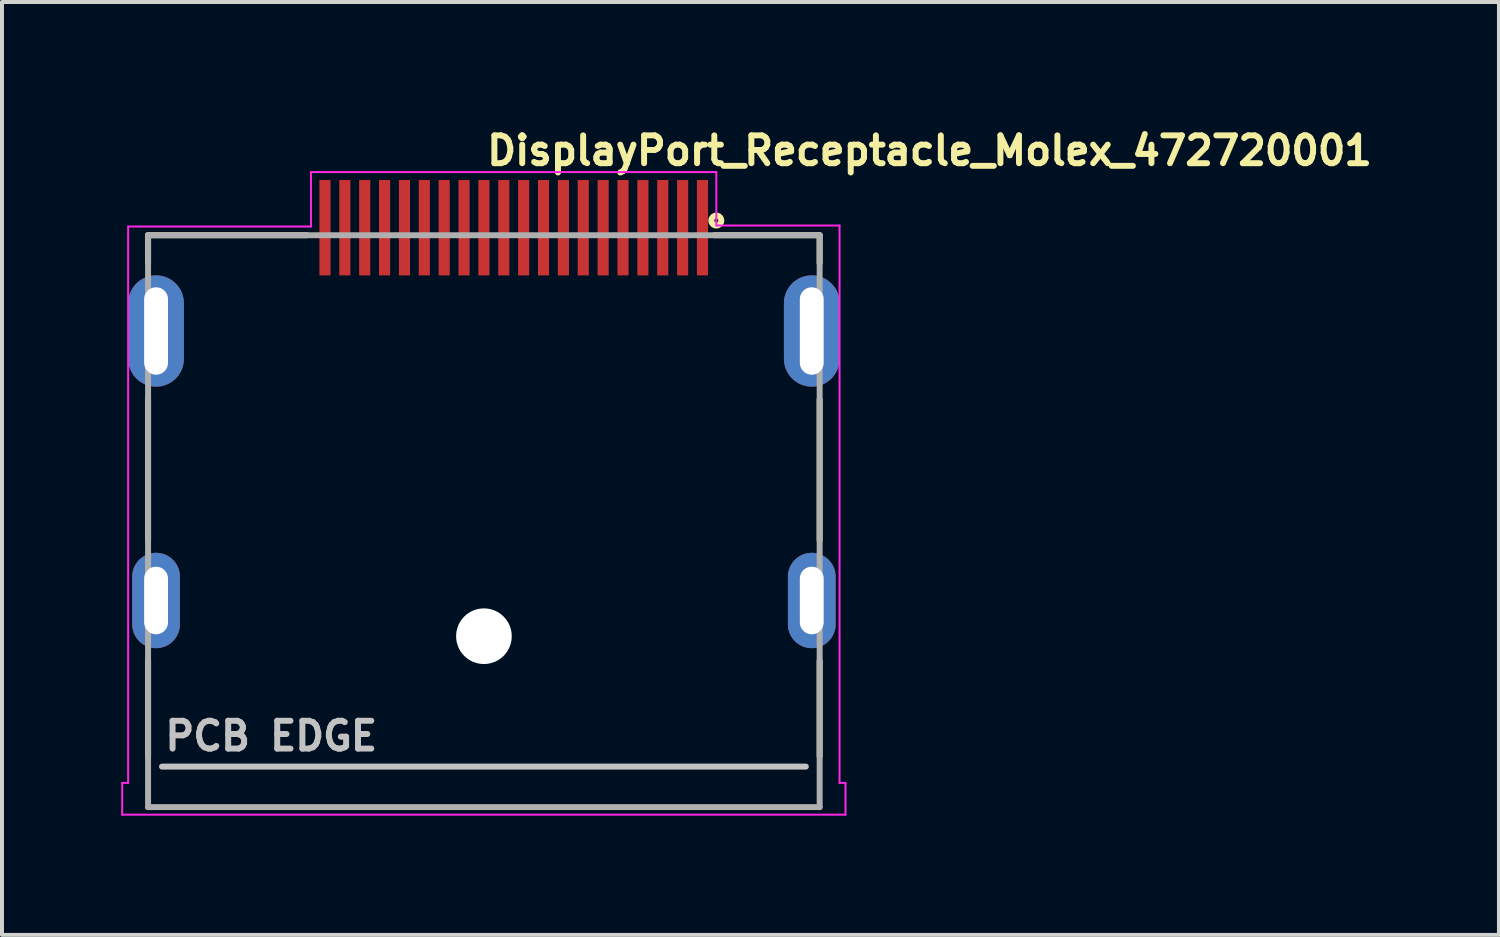
<source format=kicad_pcb>
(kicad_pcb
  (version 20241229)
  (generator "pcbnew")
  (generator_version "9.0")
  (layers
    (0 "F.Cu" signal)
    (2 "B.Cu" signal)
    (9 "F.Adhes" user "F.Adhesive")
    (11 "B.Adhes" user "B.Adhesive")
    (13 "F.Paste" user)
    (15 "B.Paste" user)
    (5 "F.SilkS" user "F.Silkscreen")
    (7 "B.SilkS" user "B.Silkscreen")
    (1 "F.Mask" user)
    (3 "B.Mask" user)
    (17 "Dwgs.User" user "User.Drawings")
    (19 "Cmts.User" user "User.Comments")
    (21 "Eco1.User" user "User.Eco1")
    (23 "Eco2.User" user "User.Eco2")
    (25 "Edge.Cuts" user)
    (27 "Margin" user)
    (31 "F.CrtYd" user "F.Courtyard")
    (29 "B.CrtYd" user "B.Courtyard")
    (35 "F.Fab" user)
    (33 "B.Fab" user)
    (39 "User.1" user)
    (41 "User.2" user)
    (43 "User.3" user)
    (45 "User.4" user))
  (footprint "DisplayPort_Receptacle_Molex_472720001"
    (layer "F.Cu")
    (at 9.125 9.05)
    (property "Reference" "DisplayPort_Receptacle_Molex_472720001" (at 0 -7.9 0) (layer "F.SilkS") (effects (font (size 0.7 0.7) (thickness 0.15)) (justify left bottom)))
    (attr smd)
    (fp_line (start -8.449 -6.181) (end -8.449 -5.481) (stroke (width 0.15) (type solid)) (layer "F.SilkS"))
    (fp_line (start -8.449 -2.05) (end -8.449 1.498) (stroke (width 0.15) (type solid)) (layer "F.SilkS"))
    (fp_line (start -8.449 4.53) (end -8.449 6.93) (stroke (width 0.15) (type solid)) (layer "F.SilkS"))
    (fp_line (start -4.449 -6.181) (end -8.449 -6.181) (stroke (width 0.15) (type solid)) (layer "F.SilkS"))
    (fp_line (start 8.45 -6.181) (end 5.802 -6.181) (stroke (width 0.15) (type solid)) (layer "F.SilkS"))
    (fp_line (start 8.45 -6.181) (end 8.45 -5.481) (stroke (width 0.15) (type solid)) (layer "F.SilkS"))
    (fp_line (start 8.45 -2.05) (end 8.45 1.498) (stroke (width 0.15) (type solid)) (layer "F.SilkS"))
    (fp_line (start 8.45 4.53) (end 8.45 6.93) (stroke (width 0.15) (type solid)) (layer "F.SilkS"))
    (fp_circle (center 5.85 -6.55) (end 5.9 -6.55) (stroke (width 0.15) (type solid)) (fill no) (layer "F.SilkS"))
    (fp_line (start 8.102 7.19) (end -8.098 7.19) (stroke (width 0.15) (type solid)) (layer "Dwgs.User"))
    (fp_line (start -9.1 7.6) (end -9.1 8.4) (stroke (width 0.05) (type solid)) (layer "F.CrtYd"))
    (fp_line (start -9.1 8.4) (end 9.1 8.4) (stroke (width 0.05) (type solid)) (layer "F.CrtYd"))
    (fp_line (start -8.95 -6.4) (end -8.95 7.6) (stroke (width 0.05) (type solid)) (layer "F.CrtYd"))
    (fp_line (start -8.95 7.6) (end -9.1 7.6) (stroke (width 0.05) (type solid)) (layer "F.CrtYd"))
    (fp_line (start -4.35 -7.77) (end -4.35 -6.4) (stroke (width 0.05) (type solid)) (layer "F.CrtYd"))
    (fp_line (start -4.35 -6.4) (end -8.95 -6.4) (stroke (width 0.05) (type solid)) (layer "F.CrtYd"))
    (fp_line (start 5.85 -7.77) (end -4.35 -7.77) (stroke (width 0.05) (type solid)) (layer "F.CrtYd"))
    (fp_line (start 5.85 -6.425) (end 5.85 -7.77) (stroke (width 0.05) (type solid)) (layer "F.CrtYd"))
    (fp_line (start 8.95 -6.425) (end 5.85 -6.425) (stroke (width 0.05) (type solid)) (layer "F.CrtYd"))
    (fp_line (start 8.95 7.6) (end 8.95 -6.425) (stroke (width 0.05) (type solid)) (layer "F.CrtYd"))
    (fp_line (start 9.1 7.6) (end 8.95 7.6) (stroke (width 0.05) (type solid)) (layer "F.CrtYd"))
    (fp_line (start 9.1 8.4) (end 9.1 7.6) (stroke (width 0.05) (type solid)) (layer "F.CrtYd"))
    (fp_line (start -8.449 -6.181) (end 8.45 -6.181) (stroke (width 0.15) (type solid)) (layer "F.Fab"))
    (fp_line (start -8.449 8.209) (end -8.449 -6.181) (stroke (width 0.15) (type solid)) (layer "F.Fab"))
    (fp_line (start 8.45 -6.181) (end 8.45 8.209) (stroke (width 0.15) (type solid)) (layer "F.Fab"))
    (fp_line (start 8.45 8.209) (end -8.449 8.209) (stroke (width 0.15) (type solid)) (layer "F.Fab"))
    (fp_rect (start -8.893 -6.69) (end 8.892 8.239) (stroke (width 0.1) (type solid)) (fill no) (layer "User.5"))
    (fp_line (start -8.893 7.809) (end -8.893 8.209) (stroke (width 0.02) (type solid)) (layer "User.9"))
    (fp_line (start -8.893 7.809) (end -8.812 7.809) (stroke (width 0.02) (type solid)) (layer "User.9"))
    (fp_line (start -8.812 7.809) (end -8.812 7.809) (stroke (width 0.02) (type solid)) (layer "User.9"))
    (fp_line (start -8.812 7.809) (end -8.613 7.809) (stroke (width 0.02) (type solid)) (layer "User.9"))
    (fp_line (start -8.812 8.209) (end -8.893 8.209) (stroke (width 0.02) (type solid)) (layer "User.9"))
    (fp_line (start -8.812 8.209) (end -8.812 8.209) (stroke (width 0.02) (type solid)) (layer "User.9"))
    (fp_line (start -8.613 8.209) (end -8.812 8.209) (stroke (width 0.02) (type solid)) (layer "User.9"))
    (fp_line (start -8.613 8.209) (end -8.549 8.209) (stroke (width 0.02) (type solid)) (layer "User.9"))
    (fp_line (start -8.549 -4.587) (end -8.549 -4.571) (stroke (width 0.02) (type solid)) (layer "User.9"))
    (fp_line (start -8.549 -4.571) (end -8.549 -2.97) (stroke (width 0.02) (type solid)) (layer "User.9"))
    (fp_line (start -8.549 -2.97) (end -8.549 -2.955) (stroke (width 0.02) (type solid)) (layer "User.9"))
    (fp_line (start -8.549 -2.955) (end -8.547 -2.939) (stroke (width 0.02) (type solid)) (layer "User.9"))
    (fp_line (start -8.549 2.443) (end -8.549 2.459) (stroke (width 0.02) (type solid)) (layer "User.9"))
    (fp_line (start -8.549 2.459) (end -8.549 3.558) (stroke (width 0.02) (type solid)) (layer "User.9"))
    (fp_line (start -8.549 3.558) (end -8.549 3.574) (stroke (width 0.02) (type solid)) (layer "User.9"))
    (fp_line (start -8.549 3.574) (end -8.547 3.59) (stroke (width 0.02) (type solid)) (layer "User.9"))
    (fp_line (start -8.549 7.809) (end -8.613 7.809) (stroke (width 0.02) (type solid)) (layer "User.9"))
    (fp_line (start -8.549 8.209) (end -8.524 8.209) (stroke (width 0.02) (type solid)) (layer "User.9"))
    (fp_line (start -8.547 -4.603) (end -8.549 -4.587) (stroke (width 0.02) (type solid)) (layer "User.9"))
    (fp_line (start -8.547 -2.939) (end -8.546 -2.923) (stroke (width 0.02) (type solid)) (layer "User.9"))
    (fp_line (start -8.547 2.427) (end -8.549 2.443) (stroke (width 0.02) (type solid)) (layer "User.9"))
    (fp_line (start -8.547 3.59) (end -8.546 3.606) (stroke (width 0.02) (type solid)) (layer "User.9"))
    (fp_line (start -8.546 -4.619) (end -8.547 -4.603) (stroke (width 0.02) (type solid)) (layer "User.9"))
    (fp_line (start -8.546 -2.923) (end -8.543 -2.909) (stroke (width 0.02) (type solid)) (layer "User.9"))
    (fp_line (start -8.546 2.411) (end -8.547 2.427) (stroke (width 0.02) (type solid)) (layer "User.9"))
    (fp_line (start -8.546 3.606) (end -8.543 3.622) (stroke (width 0.02) (type solid)) (layer "User.9"))
    (fp_line (start -8.545 7.808) (end -8.549 7.809) (stroke (width 0.02) (type solid)) (layer "User.9"))
    (fp_line (start -8.543 -4.633) (end -8.546 -4.619) (stroke (width 0.02) (type solid)) (layer "User.9"))
    (fp_line (start -8.543 -2.909) (end -8.539 -2.893) (stroke (width 0.02) (type solid)) (layer "User.9"))
    (fp_line (start -8.543 2.397) (end -8.546 2.411) (stroke (width 0.02) (type solid)) (layer "User.9"))
    (fp_line (start -8.543 3.622) (end -8.539 3.638) (stroke (width 0.02) (type solid)) (layer "User.9"))
    (fp_line (start -8.54 7.808) (end -8.545 7.808) (stroke (width 0.02) (type solid)) (layer "User.9"))
    (fp_line (start -8.539 -4.65) (end -8.543 -4.633) (stroke (width 0.02) (type solid)) (layer "User.9"))
    (fp_line (start -8.539 -2.893) (end -8.534 -2.878) (stroke (width 0.02) (type solid)) (layer "User.9"))
    (fp_line (start -8.539 2.381) (end -8.543 2.397) (stroke (width 0.02) (type solid)) (layer "User.9"))
    (fp_line (start -8.539 3.638) (end -8.534 3.652) (stroke (width 0.02) (type solid)) (layer "User.9"))
    (fp_line (start -8.534 -4.664) (end -8.539 -4.65) (stroke (width 0.02) (type solid)) (layer "User.9"))
    (fp_line (start -8.534 -2.878) (end -8.529 -2.862) (stroke (width 0.02) (type solid)) (layer "User.9"))
    (fp_line (start -8.534 2.366) (end -8.539 2.381) (stroke (width 0.02) (type solid)) (layer "User.9"))
    (fp_line (start -8.534 3.652) (end -8.529 3.667) (stroke (width 0.02) (type solid)) (layer "User.9"))
    (fp_line (start -8.534 7.808) (end -8.54 7.808) (stroke (width 0.02) (type solid)) (layer "User.9"))
    (fp_line (start -8.53 7.808) (end -8.534 7.808) (stroke (width 0.02) (type solid)) (layer "User.9"))
    (fp_line (start -8.529 -4.68) (end -8.534 -4.664) (stroke (width 0.02) (type solid)) (layer "User.9"))
    (fp_line (start -8.529 -2.862) (end -8.523 -2.849) (stroke (width 0.02) (type solid)) (layer "User.9"))
    (fp_line (start -8.529 2.35) (end -8.534 2.366) (stroke (width 0.02) (type solid)) (layer "User.9"))
    (fp_line (start -8.529 3.667) (end -8.523 3.681) (stroke (width 0.02) (type solid)) (layer "User.9"))
    (fp_line (start -8.524 7.805) (end -8.53 7.808) (stroke (width 0.02) (type solid)) (layer "User.9"))
    (fp_line (start -8.524 8.209) (end -8.499 8.206) (stroke (width 0.02) (type solid)) (layer "User.9"))
    (fp_line (start -8.523 -4.694) (end -8.529 -4.68) (stroke (width 0.02) (type solid)) (layer "User.9"))
    (fp_line (start -8.523 -2.849) (end -8.517 -2.834) (stroke (width 0.02) (type solid)) (layer "User.9"))
    (fp_line (start -8.523 2.337) (end -8.529 2.35) (stroke (width 0.02) (type solid)) (layer "User.9"))
    (fp_line (start -8.523 3.681) (end -8.517 3.696) (stroke (width 0.02) (type solid)) (layer "User.9"))
    (fp_line (start -8.52 7.805) (end -8.524 7.805) (stroke (width 0.02) (type solid)) (layer "User.9"))
    (fp_line (start -8.517 -4.708) (end -8.523 -4.694) (stroke (width 0.02) (type solid)) (layer "User.9"))
    (fp_line (start -8.517 -2.834) (end -8.508 -2.821) (stroke (width 0.02) (type solid)) (layer "User.9"))
    (fp_line (start -8.517 2.322) (end -8.523 2.337) (stroke (width 0.02) (type solid)) (layer "User.9"))
    (fp_line (start -8.517 3.696) (end -8.508 3.709) (stroke (width 0.02) (type solid)) (layer "User.9"))
    (fp_line (start -8.515 7.804) (end -8.52 7.805) (stroke (width 0.02) (type solid)) (layer "User.9"))
    (fp_line (start -8.511 7.802) (end -8.515 7.804) (stroke (width 0.02) (type solid)) (layer "User.9"))
    (fp_line (start -8.508 -4.722) (end -8.517 -4.708) (stroke (width 0.02) (type solid)) (layer "User.9"))
    (fp_line (start -8.508 -2.821) (end -8.501 -2.808) (stroke (width 0.02) (type solid)) (layer "User.9"))
    (fp_line (start -8.508 2.308) (end -8.517 2.322) (stroke (width 0.02) (type solid)) (layer "User.9"))
    (fp_line (start -8.508 3.709) (end -8.501 3.722) (stroke (width 0.02) (type solid)) (layer "User.9"))
    (fp_line (start -8.507 7.799) (end -8.511 7.802) (stroke (width 0.02) (type solid)) (layer "User.9"))
    (fp_line (start -8.501 -4.734) (end -8.508 -4.722) (stroke (width 0.02) (type solid)) (layer "User.9"))
    (fp_line (start -8.501 -2.808) (end -8.492 -2.794) (stroke (width 0.02) (type solid)) (layer "User.9"))
    (fp_line (start -8.501 2.295) (end -8.508 2.308) (stroke (width 0.02) (type solid)) (layer "User.9"))
    (fp_line (start -8.501 3.722) (end -8.492 3.735) (stroke (width 0.02) (type solid)) (layer "User.9"))
    (fp_line (start -8.501 7.798) (end -8.507 7.799) (stroke (width 0.02) (type solid)) (layer "User.9"))
    (fp_line (start -8.499 8.206) (end -8.476 8.203) (stroke (width 0.02) (type solid)) (layer "User.9"))
    (fp_line (start -8.498 7.795) (end -8.501 7.798) (stroke (width 0.02) (type solid)) (layer "User.9"))
    (fp_line (start -8.494 7.792) (end -8.498 7.795) (stroke (width 0.02) (type solid)) (layer "User.9"))
    (fp_line (start -8.492 -4.748) (end -8.501 -4.734) (stroke (width 0.02) (type solid)) (layer "User.9"))
    (fp_line (start -8.492 -2.794) (end -8.482 -2.781) (stroke (width 0.02) (type solid)) (layer "User.9"))
    (fp_line (start -8.492 2.283) (end -8.501 2.295) (stroke (width 0.02) (type solid)) (layer "User.9"))
    (fp_line (start -8.492 3.735) (end -8.482 3.748) (stroke (width 0.02) (type solid)) (layer "User.9"))
    (fp_line (start -8.489 7.789) (end -8.494 7.792) (stroke (width 0.02) (type solid)) (layer "User.9"))
    (fp_line (start -8.485 7.786) (end -8.489 7.789) (stroke (width 0.02) (type solid)) (layer "User.9"))
    (fp_line (start -8.482 -4.76) (end -8.492 -4.748) (stroke (width 0.02) (type solid)) (layer "User.9"))
    (fp_line (start -8.482 -2.781) (end -8.472 -2.769) (stroke (width 0.02) (type solid)) (layer "User.9"))
    (fp_line (start -8.482 2.27) (end -8.492 2.283) (stroke (width 0.02) (type solid)) (layer "User.9"))
    (fp_line (start -8.482 3.748) (end -8.472 3.76) (stroke (width 0.02) (type solid)) (layer "User.9"))
    (fp_line (start -8.482 7.783) (end -8.485 7.786) (stroke (width 0.02) (type solid)) (layer "User.9"))
    (fp_line (start -8.479 7.779) (end -8.482 7.783) (stroke (width 0.02) (type solid)) (layer "User.9"))
    (fp_line (start -8.479 7.779) (end -8.479 7.779) (stroke (width 0.02) (type solid)) (layer "User.9"))
    (fp_line (start -8.476 8.203) (end -8.45 8.199) (stroke (width 0.02) (type solid)) (layer "User.9"))
    (fp_line (start -8.475 7.776) (end -8.479 7.779) (stroke (width 0.02) (type solid)) (layer "User.9"))
    (fp_line (start -8.472 -4.773) (end -8.482 -4.76) (stroke (width 0.02) (type solid)) (layer "User.9"))
    (fp_line (start -8.472 -2.769) (end -8.46 -2.758) (stroke (width 0.02) (type solid)) (layer "User.9"))
    (fp_line (start -8.472 2.257) (end -8.482 2.27) (stroke (width 0.02) (type solid)) (layer "User.9"))
    (fp_line (start -8.472 3.76) (end -8.46 3.772) (stroke (width 0.02) (type solid)) (layer "User.9"))
    (fp_line (start -8.472 7.773) (end -8.475 7.776) (stroke (width 0.02) (type solid)) (layer "User.9"))
    (fp_line (start -8.469 7.769) (end -8.472 7.773) (stroke (width 0.02) (type solid)) (layer "User.9"))
    (fp_line (start -8.466 7.764) (end -8.469 7.769) (stroke (width 0.02) (type solid)) (layer "User.9"))
    (fp_line (start -8.463 7.76) (end -8.466 7.764) (stroke (width 0.02) (type solid)) (layer "User.9"))
    (fp_line (start -8.46 -4.783) (end -8.472 -4.773) (stroke (width 0.02) (type solid)) (layer "User.9"))
    (fp_line (start -8.46 -2.758) (end -8.45 -2.748) (stroke (width 0.02) (type solid)) (layer "User.9"))
    (fp_line (start -8.46 2.247) (end -8.472 2.257) (stroke (width 0.02) (type solid)) (layer "User.9"))
    (fp_line (start -8.46 3.772) (end -8.449 3.782) (stroke (width 0.02) (type solid)) (layer "User.9"))
    (fp_line (start -8.46 7.757) (end -8.463 7.76) (stroke (width 0.02) (type solid)) (layer "User.9"))
    (fp_line (start -8.459 7.751) (end -8.46 7.757) (stroke (width 0.02) (type solid)) (layer "User.9"))
    (fp_line (start -8.456 7.747) (end -8.459 7.751) (stroke (width 0.02) (type solid)) (layer "User.9"))
    (fp_line (start -8.454 7.743) (end -8.456 7.747) (stroke (width 0.02) (type solid)) (layer "User.9"))
    (fp_line (start -8.453 7.734) (end -8.453 7.738) (stroke (width 0.02) (type solid)) (layer "User.9"))
    (fp_line (start -8.453 7.738) (end -8.454 7.743) (stroke (width 0.02) (type solid)) (layer "User.9"))
    (fp_line (start -8.45 7.714) (end -8.45 7.718) (stroke (width 0.02) (type solid)) (layer "User.9"))
    (fp_line (start -8.45 7.718) (end -8.45 7.724) (stroke (width 0.02) (type solid)) (layer "User.9"))
    (fp_line (start -8.45 7.724) (end -8.45 7.728) (stroke (width 0.02) (type solid)) (layer "User.9"))
    (fp_line (start -8.45 7.728) (end -8.453 7.734) (stroke (width 0.02) (type solid)) (layer "User.9"))
    (fp_line (start -8.45 8.199) (end -8.427 8.193) (stroke (width 0.02) (type solid)) (layer "User.9"))
    (fp_line (start -8.449 -5.881) (end -8.449 -5.98) (stroke (width 0.02) (type solid)) (layer "User.9"))
    (fp_line (start -8.449 -5.881) (end -8.449 -4.98) (stroke (width 0.02) (type solid)) (layer "User.9"))
    (fp_line (start -8.449 -5.509) (end -8.449 -5.495) (stroke (width 0.02) (type solid)) (layer "User.9"))
    (fp_line (start -8.449 -5.495) (end -8.449 -5.48) (stroke (width 0.02) (type solid)) (layer "User.9"))
    (fp_line (start -8.449 -4.795) (end -8.46 -4.783) (stroke (width 0.02) (type solid)) (layer "User.9"))
    (fp_line (start -8.449 -4.68) (end -8.449 -5.48) (stroke (width 0.02) (type solid)) (layer "User.9"))
    (fp_line (start -8.449 -4.68) (end -8.449 7.51) (stroke (width 0.02) (type solid)) (layer "User.9"))
    (fp_line (start -8.449 2.235) (end -8.46 2.247) (stroke (width 0.02) (type solid)) (layer "User.9"))
    (fp_line (start -8.449 7.51) (end -8.449 7.709) (stroke (width 0.02) (type solid)) (layer "User.9"))
    (fp_line (start -8.449 7.709) (end -8.45 7.714) (stroke (width 0.02) (type solid)) (layer "User.9"))
    (fp_line (start -8.447 -5.523) (end -8.449 -5.509) (stroke (width 0.02) (type solid)) (layer "User.9"))
    (fp_line (start -8.446 -5.537) (end -8.447 -5.523) (stroke (width 0.02) (type solid)) (layer "User.9"))
    (fp_line (start -8.444 -5.552) (end -8.446 -5.537) (stroke (width 0.02) (type solid)) (layer "User.9"))
    (fp_line (start -8.444 -4.68) (end -8.449 -4.68) (stroke (width 0.02) (type solid)) (layer "User.9"))
    (fp_line (start -8.444 -4.68) (end -8.444 -4.68) (stroke (width 0.02) (type solid)) (layer "User.9"))
    (fp_line (start -8.444 7.51) (end -8.449 7.51) (stroke (width 0.02) (type solid)) (layer "User.9"))
    (fp_line (start -8.444 7.51) (end -8.444 7.51) (stroke (width 0.02) (type solid)) (layer "User.9"))
    (fp_line (start -8.441 -5.566) (end -8.444 -5.552) (stroke (width 0.02) (type solid)) (layer "User.9"))
    (fp_line (start -8.44 -5.579) (end -8.441 -5.566) (stroke (width 0.02) (type solid)) (layer "User.9"))
    (fp_line (start -8.437 -5.592) (end -8.44 -5.579) (stroke (width 0.02) (type solid)) (layer "User.9"))
    (fp_line (start -8.433 -5.607) (end -8.437 -5.592) (stroke (width 0.02) (type solid)) (layer "User.9"))
    (fp_line (start -8.431 -4.68) (end -8.444 -4.68) (stroke (width 0.02) (type solid)) (layer "User.9"))
    (fp_line (start -8.431 -4.68) (end -8.431 -4.68) (stroke (width 0.02) (type solid)) (layer "User.9"))
    (fp_line (start -8.431 7.51) (end -8.444 7.51) (stroke (width 0.02) (type solid)) (layer "User.9"))
    (fp_line (start -8.431 7.51) (end -8.431 7.51) (stroke (width 0.02) (type solid)) (layer "User.9"))
    (fp_line (start -8.43 -5.621) (end -8.433 -5.607) (stroke (width 0.02) (type solid)) (layer "User.9"))
    (fp_line (start -8.427 8.193) (end -8.404 8.187) (stroke (width 0.02) (type solid)) (layer "User.9"))
    (fp_line (start -8.425 -5.634) (end -8.43 -5.621) (stroke (width 0.02) (type solid)) (layer "User.9"))
    (fp_line (start -8.421 -5.646) (end -8.425 -5.634) (stroke (width 0.02) (type solid)) (layer "User.9"))
    (fp_line (start -8.415 -5.66) (end -8.421 -5.646) (stroke (width 0.02) (type solid)) (layer "User.9"))
    (fp_line (start -8.411 -5.674) (end -8.415 -5.66) (stroke (width 0.02) (type solid)) (layer "User.9"))
    (fp_line (start -8.409 -4.68) (end -8.431 -4.68) (stroke (width 0.02) (type solid)) (layer "User.9"))
    (fp_line (start -8.409 -4.68) (end -8.409 -4.68) (stroke (width 0.02) (type solid)) (layer "User.9"))
    (fp_line (start -8.409 7.51) (end -8.431 7.51) (stroke (width 0.02) (type solid)) (layer "User.9"))
    (fp_line (start -8.409 7.51) (end -8.409 7.51) (stroke (width 0.02) (type solid)) (layer "User.9"))
    (fp_line (start -8.405 -5.687) (end -8.411 -5.674) (stroke (width 0.02) (type solid)) (layer "User.9"))
    (fp_line (start -8.404 8.187) (end -8.38 8.18) (stroke (width 0.02) (type solid)) (layer "User.9"))
    (fp_line (start -8.399 -6.181) (end -8.399 -4.68) (stroke (width 0.02) (type solid)) (layer "User.9"))
    (fp_line (start -8.399 -6.181) (end -7.399 -6.181) (stroke (width 0.02) (type solid)) (layer "User.9"))
    (fp_line (start -8.399 -5.98) (end -8.449 -5.98) (stroke (width 0.02) (type solid)) (layer "User.9"))
    (fp_line (start -8.399 -5.699) (end -8.405 -5.687) (stroke (width 0.02) (type solid)) (layer "User.9"))
    (fp_line (start -8.38 8.18) (end -8.357 8.17) (stroke (width 0.02) (type solid)) (layer "User.9"))
    (fp_line (start -8.379 -4.68) (end -8.409 -4.68) (stroke (width 0.02) (type solid)) (layer "User.9"))
    (fp_line (start -8.379 -4.68) (end -8.379 -4.68) (stroke (width 0.02) (type solid)) (layer "User.9"))
    (fp_line (start -8.379 7.51) (end -8.409 7.51) (stroke (width 0.02) (type solid)) (layer "User.9"))
    (fp_line (start -8.379 7.51) (end -8.379 7.51) (stroke (width 0.02) (type solid)) (layer "User.9"))
    (fp_line (start -8.357 8.17) (end -8.335 8.161) (stroke (width 0.02) (type solid)) (layer "User.9"))
    (fp_line (start -8.335 8.161) (end -8.313 8.151) (stroke (width 0.02) (type solid)) (layer "User.9"))
    (fp_line (start -8.313 8.151) (end -8.293 8.138) (stroke (width 0.02) (type solid)) (layer "User.9"))
    (fp_line (start -8.296 -4.68) (end -8.379 -4.68) (stroke (width 0.02) (type solid)) (layer "User.9"))
    (fp_line (start -8.296 -4.68) (end -8.296 -4.68) (stroke (width 0.02) (type solid)) (layer "User.9"))
    (fp_line (start -8.296 7.51) (end -8.379 7.51) (stroke (width 0.02) (type solid)) (layer "User.9"))
    (fp_line (start -8.296 7.51) (end -8.296 7.51) (stroke (width 0.02) (type solid)) (layer "User.9"))
    (fp_line (start -8.293 8.138) (end -8.271 8.125) (stroke (width 0.02) (type solid)) (layer "User.9"))
    (fp_line (start -8.271 8.125) (end -8.251 8.11) (stroke (width 0.02) (type solid)) (layer "User.9"))
    (fp_line (start -8.251 8.11) (end -8.232 8.096) (stroke (width 0.02) (type solid)) (layer "User.9"))
    (fp_line (start -8.244 -4.68) (end -8.296 -4.68) (stroke (width 0.02) (type solid)) (layer "User.9"))
    (fp_line (start -8.244 -4.68) (end -8.244 -4.68) (stroke (width 0.02) (type solid)) (layer "User.9"))
    (fp_line (start -8.244 7.51) (end -8.296 7.51) (stroke (width 0.02) (type solid)) (layer "User.9"))
    (fp_line (start -8.244 7.51) (end -8.244 7.51) (stroke (width 0.02) (type solid)) (layer "User.9"))
    (fp_line (start -8.232 8.096) (end -8.213 8.08) (stroke (width 0.02) (type solid)) (layer "User.9"))
    (fp_line (start -8.213 8.08) (end -8.196 8.062) (stroke (width 0.02) (type solid)) (layer "User.9"))
    (fp_line (start -8.196 8.062) (end -8.196 8.062) (stroke (width 0.02) (type solid)) (layer "User.9"))
    (fp_line (start -8.196 8.062) (end -8.178 8.045) (stroke (width 0.02) (type solid)) (layer "User.9"))
    (fp_line (start -8.178 8.045) (end -8.162 8.026) (stroke (width 0.02) (type solid)) (layer "User.9"))
    (fp_line (start -8.162 8.026) (end -8.148 8.007) (stroke (width 0.02) (type solid)) (layer "User.9"))
    (fp_line (start -8.148 8.007) (end -8.133 7.987) (stroke (width 0.02) (type solid)) (layer "User.9"))
    (fp_line (start -8.133 7.987) (end -8.12 7.965) (stroke (width 0.02) (type solid)) (layer "User.9"))
    (fp_line (start -8.12 7.965) (end -8.107 7.945) (stroke (width 0.02) (type solid)) (layer "User.9"))
    (fp_line (start -8.107 7.945) (end -8.097 7.923) (stroke (width 0.02) (type solid)) (layer "User.9"))
    (fp_line (start -8.097 7.923) (end -8.088 7.901) (stroke (width 0.02) (type solid)) (layer "User.9"))
    (fp_line (start -8.088 7.901) (end -8.078 7.878) (stroke (width 0.02) (type solid)) (layer "User.9"))
    (fp_line (start -8.078 7.878) (end -8.071 7.855) (stroke (width 0.02) (type solid)) (layer "User.9"))
    (fp_line (start -8.071 7.855) (end -8.065 7.83) (stroke (width 0.02) (type solid)) (layer "User.9"))
    (fp_line (start -8.065 7.83) (end -8.059 7.808) (stroke (width 0.02) (type solid)) (layer "User.9"))
    (fp_line (start -8.059 7.808) (end -8.055 7.782) (stroke (width 0.02) (type solid)) (layer "User.9"))
    (fp_line (start -8.055 7.782) (end -8.052 7.759) (stroke (width 0.02) (type solid)) (layer "User.9"))
    (fp_line (start -8.052 7.759) (end -8.049 7.734) (stroke (width 0.02) (type solid)) (layer "User.9"))
    (fp_line (start -8.049 7.709) (end -8.049 7.51) (stroke (width 0.02) (type solid)) (layer "User.9"))
    (fp_line (start -8.049 7.734) (end -8.049 7.709) (stroke (width 0.02) (type solid)) (layer "User.9"))
    (fp_line (start -7.748 -4.68) (end -8.244 -4.68) (stroke (width 0.02) (type solid)) (layer "User.9"))
    (fp_line (start -7.748 7.51) (end -8.244 7.51) (stroke (width 0.02) (type solid)) (layer "User.9"))
    (fp_line (start -7.399 -6.181) (end -7.399 -4.68) (stroke (width 0.02) (type solid)) (layer "User.9"))
    (fp_line (start -7.399 -6.181) (end -6.998 -6.181) (stroke (width 0.02) (type solid)) (layer "User.9"))
    (fp_line (start -6.998 -6.181) (end -6.998 -4.68) (stroke (width 0.02) (type solid)) (layer "User.9"))
    (fp_line (start -6.998 -6.181) (end -6.449 -6.181) (stroke (width 0.02) (type solid)) (layer "User.9"))
    (fp_line (start -6.649 7.51) (end -7.748 7.51) (stroke (width 0.02) (type solid)) (layer "User.9"))
    (fp_line (start -6.649 7.51) (end -6.649 7.709) (stroke (width 0.02) (type solid)) (layer "User.9"))
    (fp_line (start -6.649 7.709) (end -6.649 7.809) (stroke (width 0.02) (type solid)) (layer "User.9"))
    (fp_line (start -6.649 7.809) (end -6.562 7.809) (stroke (width 0.02) (type solid)) (layer "User.9"))
    (fp_line (start -6.649 8.209) (end -6.649 7.809) (stroke (width 0.02) (type solid)) (layer "User.9"))
    (fp_line (start -6.562 7.809) (end -6.562 7.809) (stroke (width 0.02) (type solid)) (layer "User.9"))
    (fp_line (start -6.562 7.809) (end -6.348 7.809) (stroke (width 0.02) (type solid)) (layer "User.9"))
    (fp_line (start -6.562 8.209) (end -6.649 8.209) (stroke (width 0.02) (type solid)) (layer "User.9"))
    (fp_line (start -6.562 8.209) (end -6.562 8.209) (stroke (width 0.02) (type solid)) (layer "User.9"))
    (fp_line (start -6.449 -6.181) (end -6.449 -5.77) (stroke (width 0.02) (type solid)) (layer "User.9"))
    (fp_line (start -6.449 -5.77) (end 6.452 -5.77) (stroke (width 0.02) (type solid)) (layer "User.9"))
    (fp_line (start -6.399 1.279) (end -6.399 1.284) (stroke (width 0.02) (type solid)) (layer "User.9"))
    (fp_line (start -6.399 1.284) (end -6.399 1.289) (stroke (width 0.02) (type solid)) (layer "User.9"))
    (fp_line (start -6.399 1.289) (end -6.399 3.59) (stroke (width 0.02) (type solid)) (layer "User.9"))
    (fp_line (start -6.399 2.109) (end -6.284 2.109) (stroke (width 0.02) (type solid)) (layer "User.9"))
    (fp_line (start -6.399 3.59) (end -6.399 3.593) (stroke (width 0.02) (type solid)) (layer "User.9"))
    (fp_line (start -6.399 3.593) (end -6.399 3.599) (stroke (width 0.02) (type solid)) (layer "User.9"))
    (fp_line (start -6.399 3.599) (end -6.398 3.603) (stroke (width 0.02) (type solid)) (layer "User.9"))
    (fp_line (start -6.398 1.27) (end -6.398 1.275) (stroke (width 0.02) (type solid)) (layer "User.9"))
    (fp_line (start -6.398 1.275) (end -6.399 1.279) (stroke (width 0.02) (type solid)) (layer "User.9"))
    (fp_line (start -6.398 3.603) (end -6.398 3.609) (stroke (width 0.02) (type solid)) (layer "User.9"))
    (fp_line (start -6.398 3.609) (end -6.395 3.613) (stroke (width 0.02) (type solid)) (layer "User.9"))
    (fp_line (start -6.395 1.26) (end -6.395 1.265) (stroke (width 0.02) (type solid)) (layer "User.9"))
    (fp_line (start -6.395 1.265) (end -6.398 1.27) (stroke (width 0.02) (type solid)) (layer "User.9"))
    (fp_line (start -6.395 3.613) (end -6.395 3.619) (stroke (width 0.02) (type solid)) (layer "User.9"))
    (fp_line (start -6.395 3.619) (end -6.393 3.622) (stroke (width 0.02) (type solid)) (layer "User.9"))
    (fp_line (start -6.393 1.255) (end -6.395 1.26) (stroke (width 0.02) (type solid)) (layer "User.9"))
    (fp_line (start -6.393 3.622) (end -6.392 3.628) (stroke (width 0.02) (type solid)) (layer "User.9"))
    (fp_line (start -6.392 1.251) (end -6.393 1.255) (stroke (width 0.02) (type solid)) (layer "User.9"))
    (fp_line (start -6.392 3.628) (end -6.389 3.632) (stroke (width 0.02) (type solid)) (layer "User.9"))
    (fp_line (start -6.389 1.246) (end -6.392 1.251) (stroke (width 0.02) (type solid)) (layer "User.9"))
    (fp_line (start -6.389 3.632) (end -6.388 3.636) (stroke (width 0.02) (type solid)) (layer "User.9"))
    (fp_line (start -6.388 1.241) (end -6.389 1.246) (stroke (width 0.02) (type solid)) (layer "User.9"))
    (fp_line (start -6.388 3.636) (end -6.385 3.641) (stroke (width 0.02) (type solid)) (layer "User.9"))
    (fp_line (start -6.385 1.238) (end -6.388 1.241) (stroke (width 0.02) (type solid)) (layer "User.9"))
    (fp_line (start -6.385 3.641) (end -6.383 3.645) (stroke (width 0.02) (type solid)) (layer "User.9"))
    (fp_line (start -6.383 1.233) (end -6.385 1.238) (stroke (width 0.02) (type solid)) (layer "User.9"))
    (fp_line (start -6.383 3.645) (end -6.379 3.648) (stroke (width 0.02) (type solid)) (layer "User.9"))
    (fp_line (start -6.379 1.23) (end -6.383 1.233) (stroke (width 0.02) (type solid)) (layer "User.9"))
    (fp_line (start -6.379 3.648) (end -6.376 3.652) (stroke (width 0.02) (type solid)) (layer "User.9"))
    (fp_line (start -6.376 1.225) (end -6.379 1.23) (stroke (width 0.02) (type solid)) (layer "User.9"))
    (fp_line (start -6.376 3.652) (end -6.373 3.657) (stroke (width 0.02) (type solid)) (layer "User.9"))
    (fp_line (start -6.373 1.222) (end -6.376 1.225) (stroke (width 0.02) (type solid)) (layer "User.9"))
    (fp_line (start -6.373 3.657) (end -6.37 3.66) (stroke (width 0.02) (type solid)) (layer "User.9"))
    (fp_line (start -6.37 1.218) (end -6.373 1.222) (stroke (width 0.02) (type solid)) (layer "User.9"))
    (fp_line (start -6.37 1.218) (end -6.37 1.218) (stroke (width 0.02) (type solid)) (layer "User.9"))
    (fp_line (start -6.37 3.66) (end -6.37 3.66) (stroke (width 0.02) (type solid)) (layer "User.9"))
    (fp_line (start -6.37 3.66) (end -6.367 3.664) (stroke (width 0.02) (type solid)) (layer "User.9"))
    (fp_line (start -6.367 1.215) (end -6.37 1.218) (stroke (width 0.02) (type solid)) (layer "User.9"))
    (fp_line (start -6.367 3.664) (end -6.363 3.667) (stroke (width 0.02) (type solid)) (layer "User.9"))
    (fp_line (start -6.363 1.212) (end -6.367 1.215) (stroke (width 0.02) (type solid)) (layer "User.9"))
    (fp_line (start -6.363 3.667) (end -6.358 3.67) (stroke (width 0.02) (type solid)) (layer "User.9"))
    (fp_line (start -6.358 1.209) (end -6.363 1.212) (stroke (width 0.02) (type solid)) (layer "User.9"))
    (fp_line (start -6.358 3.67) (end -6.354 3.673) (stroke (width 0.02) (type solid)) (layer "User.9"))
    (fp_line (start -6.354 1.206) (end -6.358 1.209) (stroke (width 0.02) (type solid)) (layer "User.9"))
    (fp_line (start -6.354 3.673) (end -6.351 3.674) (stroke (width 0.02) (type solid)) (layer "User.9"))
    (fp_line (start -6.351 1.204) (end -6.354 1.206) (stroke (width 0.02) (type solid)) (layer "User.9"))
    (fp_line (start -6.351 3.674) (end -6.347 3.677) (stroke (width 0.02) (type solid)) (layer "User.9"))
    (fp_line (start -6.348 7.809) (end 7.201 7.809) (stroke (width 0.02) (type solid)) (layer "User.9"))
    (fp_line (start -6.348 8.209) (end -6.562 8.209) (stroke (width 0.02) (type solid)) (layer "User.9"))
    (fp_line (start -6.348 8.209) (end 7.201 8.209) (stroke (width 0.02) (type solid)) (layer "User.9"))
    (fp_line (start -6.347 1.201) (end -6.351 1.204) (stroke (width 0.02) (type solid)) (layer "User.9"))
    (fp_line (start -6.347 3.677) (end -6.341 3.68) (stroke (width 0.02) (type solid)) (layer "User.9"))
    (fp_line (start -6.341 1.199) (end -6.347 1.201) (stroke (width 0.02) (type solid)) (layer "User.9"))
    (fp_line (start -6.341 3.68) (end -6.338 3.681) (stroke (width 0.02) (type solid)) (layer "User.9"))
    (fp_line (start -6.338 1.196) (end -6.341 1.199) (stroke (width 0.02) (type solid)) (layer "User.9"))
    (fp_line (start -6.338 3.681) (end -6.332 3.683) (stroke (width 0.02) (type solid)) (layer "User.9"))
    (fp_line (start -6.332 1.194) (end -6.338 1.196) (stroke (width 0.02) (type solid)) (layer "User.9"))
    (fp_line (start -6.332 3.683) (end -6.328 3.684) (stroke (width 0.02) (type solid)) (layer "User.9"))
    (fp_line (start -6.328 1.193) (end -6.332 1.194) (stroke (width 0.02) (type solid)) (layer "User.9"))
    (fp_line (start -6.328 3.684) (end -6.324 3.686) (stroke (width 0.02) (type solid)) (layer "User.9"))
    (fp_line (start -6.324 1.193) (end -6.328 1.193) (stroke (width 0.02) (type solid)) (layer "User.9"))
    (fp_line (start -6.324 3.686) (end -6.319 3.687) (stroke (width 0.02) (type solid)) (layer "User.9"))
    (fp_line (start -6.319 1.191) (end -6.324 1.193) (stroke (width 0.02) (type solid)) (layer "User.9"))
    (fp_line (start -6.319 3.687) (end -6.313 3.687) (stroke (width 0.02) (type solid)) (layer "User.9"))
    (fp_line (start -6.313 1.191) (end -6.319 1.191) (stroke (width 0.02) (type solid)) (layer "User.9"))
    (fp_line (start -6.313 3.687) (end -6.309 3.689) (stroke (width 0.02) (type solid)) (layer "User.9"))
    (fp_line (start -6.309 1.19) (end -6.313 1.191) (stroke (width 0.02) (type solid)) (layer "User.9"))
    (fp_line (start -6.309 3.689) (end -6.303 3.689) (stroke (width 0.02) (type solid)) (layer "User.9"))
    (fp_line (start -6.303 1.19) (end -6.309 1.19) (stroke (width 0.02) (type solid)) (layer "User.9"))
    (fp_line (start -6.303 3.689) (end -6.299 3.69) (stroke (width 0.02) (type solid)) (layer "User.9"))
    (fp_line (start -6.299 1.19) (end -6.303 1.19) (stroke (width 0.02) (type solid)) (layer "User.9"))
    (fp_line (start -6.299 3.69) (end -5.699 3.69) (stroke (width 0.02) (type solid)) (layer "User.9"))
    (fp_line (start -6.284 2.109) (end -5.598 2.109) (stroke (width 0.02) (type solid)) (layer "User.9"))
    (fp_line (start -5.699 1.19) (end -6.299 1.19) (stroke (width 0.02) (type solid)) (layer "User.9"))
    (fp_line (start -5.699 3.69) (end -5.694 3.689) (stroke (width 0.02) (type solid)) (layer "User.9"))
    (fp_line (start -5.694 1.19) (end -5.699 1.19) (stroke (width 0.02) (type solid)) (layer "User.9"))
    (fp_line (start -5.694 3.689) (end -5.69 3.689) (stroke (width 0.02) (type solid)) (layer "User.9"))
    (fp_line (start -5.69 1.19) (end -5.694 1.19) (stroke (width 0.02) (type solid)) (layer "User.9"))
    (fp_line (start -5.69 3.689) (end -5.684 3.687) (stroke (width 0.02) (type solid)) (layer "User.9"))
    (fp_line (start -5.684 1.191) (end -5.69 1.19) (stroke (width 0.02) (type solid)) (layer "User.9"))
    (fp_line (start -5.684 3.687) (end -5.68 3.687) (stroke (width 0.02) (type solid)) (layer "User.9"))
    (fp_line (start -5.68 1.191) (end -5.684 1.191) (stroke (width 0.02) (type solid)) (layer "User.9"))
    (fp_line (start -5.68 3.687) (end -5.674 3.686) (stroke (width 0.02) (type solid)) (layer "User.9"))
    (fp_line (start -5.674 1.193) (end -5.68 1.191) (stroke (width 0.02) (type solid)) (layer "User.9"))
    (fp_line (start -5.674 3.686) (end -5.669 3.684) (stroke (width 0.02) (type solid)) (layer "User.9"))
    (fp_line (start -5.669 1.193) (end -5.674 1.193) (stroke (width 0.02) (type solid)) (layer "User.9"))
    (fp_line (start -5.669 3.684) (end -5.665 3.683) (stroke (width 0.02) (type solid)) (layer "User.9"))
    (fp_line (start -5.665 1.194) (end -5.669 1.193) (stroke (width 0.02) (type solid)) (layer "User.9"))
    (fp_line (start -5.665 3.683) (end -5.661 3.681) (stroke (width 0.02) (type solid)) (layer "User.9"))
    (fp_line (start -5.661 1.196) (end -5.665 1.194) (stroke (width 0.02) (type solid)) (layer "User.9"))
    (fp_line (start -5.661 3.681) (end -5.656 3.68) (stroke (width 0.02) (type solid)) (layer "User.9"))
    (fp_line (start -5.656 1.199) (end -5.661 1.196) (stroke (width 0.02) (type solid)) (layer "User.9"))
    (fp_line (start -5.656 3.68) (end -5.652 3.677) (stroke (width 0.02) (type solid)) (layer "User.9"))
    (fp_line (start -5.652 1.201) (end -5.656 1.199) (stroke (width 0.02) (type solid)) (layer "User.9"))
    (fp_line (start -5.652 3.677) (end -5.648 3.674) (stroke (width 0.02) (type solid)) (layer "User.9"))
    (fp_line (start -5.648 1.204) (end -5.652 1.201) (stroke (width 0.02) (type solid)) (layer "User.9"))
    (fp_line (start -5.648 3.674) (end -5.643 3.673) (stroke (width 0.02) (type solid)) (layer "User.9"))
    (fp_line (start -5.643 1.206) (end -5.648 1.204) (stroke (width 0.02) (type solid)) (layer "User.9"))
    (fp_line (start -5.643 3.673) (end -5.639 3.67) (stroke (width 0.02) (type solid)) (layer "User.9"))
    (fp_line (start -5.639 1.209) (end -5.643 1.206) (stroke (width 0.02) (type solid)) (layer "User.9"))
    (fp_line (start -5.639 3.67) (end -5.636 3.667) (stroke (width 0.02) (type solid)) (layer "User.9"))
    (fp_line (start -5.636 1.212) (end -5.639 1.209) (stroke (width 0.02) (type solid)) (layer "User.9"))
    (fp_line (start -5.636 3.667) (end -5.632 3.664) (stroke (width 0.02) (type solid)) (layer "User.9"))
    (fp_line (start -5.632 1.215) (end -5.636 1.212) (stroke (width 0.02) (type solid)) (layer "User.9"))
    (fp_line (start -5.632 3.664) (end -5.629 3.66) (stroke (width 0.02) (type solid)) (layer "User.9"))
    (fp_line (start -5.629 1.218) (end -5.632 1.215) (stroke (width 0.02) (type solid)) (layer "User.9"))
    (fp_line (start -5.629 1.218) (end -5.629 1.218) (stroke (width 0.02) (type solid)) (layer "User.9"))
    (fp_line (start -5.629 3.66) (end -5.629 3.66) (stroke (width 0.02) (type solid)) (layer "User.9"))
    (fp_line (start -5.629 3.66) (end -5.624 3.657) (stroke (width 0.02) (type solid)) (layer "User.9"))
    (fp_line (start -5.624 1.222) (end -5.629 1.218) (stroke (width 0.02) (type solid)) (layer "User.9"))
    (fp_line (start -5.624 3.657) (end -5.622 3.652) (stroke (width 0.02) (type solid)) (layer "User.9"))
    (fp_line (start -5.622 1.225) (end -5.624 1.222) (stroke (width 0.02) (type solid)) (layer "User.9"))
    (fp_line (start -5.622 3.652) (end -5.619 3.648) (stroke (width 0.02) (type solid)) (layer "User.9"))
    (fp_line (start -5.619 1.23) (end -5.622 1.225) (stroke (width 0.02) (type solid)) (layer "User.9"))
    (fp_line (start -5.619 3.648) (end -5.616 3.645) (stroke (width 0.02) (type solid)) (layer "User.9"))
    (fp_line (start -5.616 1.233) (end -5.619 1.23) (stroke (width 0.02) (type solid)) (layer "User.9"))
    (fp_line (start -5.616 3.645) (end -5.613 3.641) (stroke (width 0.02) (type solid)) (layer "User.9"))
    (fp_line (start -5.613 1.238) (end -5.616 1.233) (stroke (width 0.02) (type solid)) (layer "User.9"))
    (fp_line (start -5.613 3.641) (end -5.61 3.636) (stroke (width 0.02) (type solid)) (layer "User.9"))
    (fp_line (start -5.61 1.241) (end -5.613 1.238) (stroke (width 0.02) (type solid)) (layer "User.9"))
    (fp_line (start -5.61 3.636) (end -5.608 3.632) (stroke (width 0.02) (type solid)) (layer "User.9"))
    (fp_line (start -5.608 1.246) (end -5.61 1.241) (stroke (width 0.02) (type solid)) (layer "User.9"))
    (fp_line (start -5.608 3.632) (end -5.607 3.628) (stroke (width 0.02) (type solid)) (layer "User.9"))
    (fp_line (start -5.607 1.251) (end -5.608 1.246) (stroke (width 0.02) (type solid)) (layer "User.9"))
    (fp_line (start -5.607 3.628) (end -5.604 3.622) (stroke (width 0.02) (type solid)) (layer "User.9"))
    (fp_line (start -5.604 1.255) (end -5.607 1.251) (stroke (width 0.02) (type solid)) (layer "User.9"))
    (fp_line (start -5.604 1.26) (end -5.604 1.255) (stroke (width 0.02) (type solid)) (layer "User.9"))
    (fp_line (start -5.604 3.619) (end -5.603 3.613) (stroke (width 0.02) (type solid)) (layer "User.9"))
    (fp_line (start -5.604 3.622) (end -5.604 3.619) (stroke (width 0.02) (type solid)) (layer "User.9"))
    (fp_line (start -5.603 1.265) (end -5.604 1.26) (stroke (width 0.02) (type solid)) (layer "User.9"))
    (fp_line (start -5.603 3.613) (end -5.601 3.609) (stroke (width 0.02) (type solid)) (layer "User.9"))
    (fp_line (start -5.601 1.27) (end -5.603 1.265) (stroke (width 0.02) (type solid)) (layer "User.9"))
    (fp_line (start -5.601 1.275) (end -5.601 1.27) (stroke (width 0.02) (type solid)) (layer "User.9"))
    (fp_line (start -5.601 3.603) (end -5.6 3.599) (stroke (width 0.02) (type solid)) (layer "User.9"))
    (fp_line (start -5.601 3.609) (end -5.601 3.603) (stroke (width 0.02) (type solid)) (layer "User.9"))
    (fp_line (start -5.6 1.279) (end -5.601 1.275) (stroke (width 0.02) (type solid)) (layer "User.9"))
    (fp_line (start -5.6 1.284) (end -5.6 1.279) (stroke (width 0.02) (type solid)) (layer "User.9"))
    (fp_line (start -5.6 3.593) (end -5.598 3.59) (stroke (width 0.02) (type solid)) (layer "User.9"))
    (fp_line (start -5.6 3.599) (end -5.6 3.593) (stroke (width 0.02) (type solid)) (layer "User.9"))
    (fp_line (start -5.598 1.289) (end -5.6 1.284) (stroke (width 0.02) (type solid)) (layer "User.9"))
    (fp_line (start -5.598 3.59) (end -5.598 1.289) (stroke (width 0.02) (type solid)) (layer "User.9"))
    (fp_line (start -4.174 0.693) (end -4.174 0.701) (stroke (width 0.02) (type solid)) (layer "User.9"))
    (fp_line (start -4.174 0.701) (end -4.174 0.709) (stroke (width 0.02) (type solid)) (layer "User.9"))
    (fp_line (start -4.174 0.709) (end -4.174 4.709) (stroke (width 0.02) (type solid)) (layer "User.9"))
    (fp_line (start -4.174 4.709) (end -4.174 4.734) (stroke (width 0.02) (type solid)) (layer "User.9"))
    (fp_line (start -4.174 4.734) (end -4.171 4.759) (stroke (width 0.02) (type solid)) (layer "User.9"))
    (fp_line (start -4.172 0.685) (end -4.174 0.693) (stroke (width 0.02) (type solid)) (layer "User.9"))
    (fp_line (start -4.171 0.667) (end -4.171 0.675) (stroke (width 0.02) (type solid)) (layer "User.9"))
    (fp_line (start -4.171 0.675) (end -4.172 0.685) (stroke (width 0.02) (type solid)) (layer "User.9"))
    (fp_line (start -4.171 4.759) (end -4.168 4.782) (stroke (width 0.02) (type solid)) (layer "User.9"))
    (fp_line (start -4.169 0.659) (end -4.171 0.667) (stroke (width 0.02) (type solid)) (layer "User.9"))
    (fp_line (start -4.168 0.651) (end -4.169 0.659) (stroke (width 0.02) (type solid)) (layer "User.9"))
    (fp_line (start -4.168 4.782) (end -4.165 4.808) (stroke (width 0.02) (type solid)) (layer "User.9"))
    (fp_line (start -4.165 0.643) (end -4.168 0.651) (stroke (width 0.02) (type solid)) (layer "User.9"))
    (fp_line (start -4.165 4.808) (end -4.158 4.831) (stroke (width 0.02) (type solid)) (layer "User.9"))
    (fp_line (start -4.164 0.635) (end -4.165 0.643) (stroke (width 0.02) (type solid)) (layer "User.9"))
    (fp_line (start -4.161 0.629) (end -4.164 0.635) (stroke (width 0.02) (type solid)) (layer "User.9"))
    (fp_line (start -4.158 0.621) (end -4.161 0.629) (stroke (width 0.02) (type solid)) (layer "User.9"))
    (fp_line (start -4.158 4.831) (end -4.152 4.854) (stroke (width 0.02) (type solid)) (layer "User.9"))
    (fp_line (start -4.155 0.613) (end -4.158 0.621) (stroke (width 0.02) (type solid)) (layer "User.9"))
    (fp_line (start -4.152 0.606) (end -4.155 0.613) (stroke (width 0.02) (type solid)) (layer "User.9"))
    (fp_line (start -4.152 4.854) (end -4.145 4.878) (stroke (width 0.02) (type solid)) (layer "User.9"))
    (fp_line (start -4.149 0.598) (end -4.152 0.606) (stroke (width 0.02) (type solid)) (layer "User.9"))
    (fp_line (start -4.145 0.592) (end -4.149 0.598) (stroke (width 0.02) (type solid)) (layer "User.9"))
    (fp_line (start -4.145 4.878) (end -4.136 4.901) (stroke (width 0.02) (type solid)) (layer "User.9"))
    (fp_line (start -4.14 0.584) (end -4.145 0.592) (stroke (width 0.02) (type solid)) (layer "User.9"))
    (fp_line (start -4.136 0.577) (end -4.14 0.584) (stroke (width 0.02) (type solid)) (layer "User.9"))
    (fp_line (start -4.136 4.901) (end -4.126 4.923) (stroke (width 0.02) (type solid)) (layer "User.9"))
    (fp_line (start -4.132 0.571) (end -4.136 0.577) (stroke (width 0.02) (type solid)) (layer "User.9"))
    (fp_line (start -4.127 0.563) (end -4.132 0.571) (stroke (width 0.02) (type solid)) (layer "User.9"))
    (fp_line (start -4.126 4.923) (end -4.116 4.945) (stroke (width 0.02) (type solid)) (layer "User.9"))
    (fp_line (start -4.123 0.558) (end -4.127 0.563) (stroke (width 0.02) (type solid)) (layer "User.9"))
    (fp_line (start -4.117 0.55) (end -4.123 0.558) (stroke (width 0.02) (type solid)) (layer "User.9"))
    (fp_line (start -4.116 4.945) (end -4.104 4.965) (stroke (width 0.02) (type solid)) (layer "User.9"))
    (fp_line (start -4.113 0.544) (end -4.117 0.55) (stroke (width 0.02) (type solid)) (layer "User.9"))
    (fp_line (start -4.107 0.539) (end -4.113 0.544) (stroke (width 0.02) (type solid)) (layer "User.9"))
    (fp_line (start -4.104 4.965) (end -4.09 4.987) (stroke (width 0.02) (type solid)) (layer "User.9"))
    (fp_line (start -4.101 0.533) (end -4.107 0.539) (stroke (width 0.02) (type solid)) (layer "User.9"))
    (fp_line (start -4.098 -6.68) (end -4.098 -5.77) (stroke (width 0.02) (type solid)) (layer "User.9"))
    (fp_line (start -4.095 0.526) (end -4.101 0.533) (stroke (width 0.02) (type solid)) (layer "User.9"))
    (fp_line (start -4.09 0.521) (end -4.095 0.526) (stroke (width 0.02) (type solid)) (layer "User.9"))
    (fp_line (start -4.09 4.987) (end -4.075 5.007) (stroke (width 0.02) (type solid)) (layer "User.9"))
    (fp_line (start -4.084 0.517) (end -4.09 0.521) (stroke (width 0.02) (type solid)) (layer "User.9"))
    (fp_line (start -4.076 0.51) (end -4.084 0.517) (stroke (width 0.02) (type solid)) (layer "User.9"))
    (fp_line (start -4.075 5.007) (end -4.06 5.026) (stroke (width 0.02) (type solid)) (layer "User.9"))
    (fp_line (start -4.069 0.507) (end -4.076 0.51) (stroke (width 0.02) (type solid)) (layer "User.9"))
    (fp_line (start -4.063 0.502) (end -4.069 0.507) (stroke (width 0.02) (type solid)) (layer "User.9"))
    (fp_line (start -4.06 5.026) (end -4.044 5.045) (stroke (width 0.02) (type solid)) (layer "User.9"))
    (fp_line (start -4.056 0.496) (end -4.063 0.502) (stroke (width 0.02) (type solid)) (layer "User.9"))
    (fp_line (start -4.049 0.493) (end -4.056 0.496) (stroke (width 0.02) (type solid)) (layer "User.9"))
    (fp_line (start -4.049 0.493) (end -4.049 0.493) (stroke (width 0.02) (type solid)) (layer "User.9"))
    (fp_line (start -4.044 5.045) (end -4.027 5.062) (stroke (width 0.02) (type solid)) (layer "User.9"))
    (fp_line (start -4.034 0.485) (end -4.049 0.493) (stroke (width 0.02) (type solid)) (layer "User.9"))
    (fp_line (start -4.027 5.062) (end -4.027 5.062) (stroke (width 0.02) (type solid)) (layer "User.9"))
    (fp_line (start -4.027 5.062) (end -4.01 5.08) (stroke (width 0.02) (type solid)) (layer "User.9"))
    (fp_line (start -4.02 0.478) (end -4.034 0.485) (stroke (width 0.02) (type solid)) (layer "User.9"))
    (fp_line (start -4.01 5.08) (end -3.991 5.096) (stroke (width 0.02) (type solid)) (layer "User.9"))
    (fp_line (start -4.004 0.473) (end -4.02 0.478) (stroke (width 0.02) (type solid)) (layer "User.9"))
    (fp_line (start -3.991 5.096) (end -3.972 5.11) (stroke (width 0.02) (type solid)) (layer "User.9"))
    (fp_line (start -3.989 0.467) (end -4.004 0.473) (stroke (width 0.02) (type solid)) (layer "User.9"))
    (fp_line (start -3.973 0.464) (end -3.989 0.467) (stroke (width 0.02) (type solid)) (layer "User.9"))
    (fp_line (start -3.972 5.11) (end -3.951 5.125) (stroke (width 0.02) (type solid)) (layer "User.9"))
    (fp_line (start -3.956 0.462) (end -3.973 0.464) (stroke (width 0.02) (type solid)) (layer "User.9"))
    (fp_line (start -3.953 5.123) (end -3.953 3.968) (stroke (width 0.02) (type solid)) (layer "User.9"))
    (fp_line (start -3.951 5.125) (end -3.931 5.138) (stroke (width 0.02) (type solid)) (layer "User.9"))
    (fp_line (start -3.94 0.459) (end -3.956 0.462) (stroke (width 0.02) (type solid)) (layer "User.9"))
    (fp_line (start -3.931 5.138) (end -3.909 5.151) (stroke (width 0.02) (type solid)) (layer "User.9"))
    (fp_line (start -3.924 0.459) (end -3.94 0.459) (stroke (width 0.02) (type solid)) (layer "User.9"))
    (fp_line (start -3.909 5.151) (end -3.887 5.161) (stroke (width 0.02) (type solid)) (layer "User.9"))
    (fp_line (start -3.908 0.459) (end -3.924 0.459) (stroke (width 0.02) (type solid)) (layer "User.9"))
    (fp_line (start -3.899 -6.68) (end -4.098 -6.68) (stroke (width 0.02) (type solid)) (layer "User.9"))
    (fp_line (start -3.899 -6.68) (end -3.899 -5.77) (stroke (width 0.02) (type solid)) (layer "User.9"))
    (fp_line (start -3.892 0.462) (end -3.908 0.459) (stroke (width 0.02) (type solid)) (layer "User.9"))
    (fp_line (start -3.887 5.161) (end -3.866 5.17) (stroke (width 0.02) (type solid)) (layer "User.9"))
    (fp_line (start -3.876 0.464) (end -3.892 0.462) (stroke (width 0.02) (type solid)) (layer "User.9"))
    (fp_line (start -3.866 5.17) (end -3.842 5.18) (stroke (width 0.02) (type solid)) (layer "User.9"))
    (fp_line (start -3.86 0.467) (end -3.876 0.464) (stroke (width 0.02) (type solid)) (layer "User.9"))
    (fp_line (start -3.844 0.473) (end -3.86 0.467) (stroke (width 0.02) (type solid)) (layer "User.9"))
    (fp_line (start -3.842 5.18) (end -3.819 5.187) (stroke (width 0.02) (type solid)) (layer "User.9"))
    (fp_line (start -3.828 0.478) (end -3.844 0.473) (stroke (width 0.02) (type solid)) (layer "User.9"))
    (fp_line (start -3.819 5.187) (end -3.796 5.193) (stroke (width 0.02) (type solid)) (layer "User.9"))
    (fp_line (start -3.813 0.485) (end -3.828 0.478) (stroke (width 0.02) (type solid)) (layer "User.9"))
    (fp_line (start -3.799 0.493) (end -3.813 0.485) (stroke (width 0.02) (type solid)) (layer "User.9"))
    (fp_line (start -3.799 0.493) (end -3.799 0.493) (stroke (width 0.02) (type solid)) (layer "User.9"))
    (fp_line (start -3.796 5.193) (end -3.773 5.199) (stroke (width 0.02) (type solid)) (layer "User.9"))
    (fp_line (start -3.784 0.502) (end -3.799 0.493) (stroke (width 0.02) (type solid)) (layer "User.9"))
    (fp_line (start -3.773 5.199) (end -3.748 5.203) (stroke (width 0.02) (type solid)) (layer "User.9"))
    (fp_line (start -3.771 0.51) (end -3.784 0.502) (stroke (width 0.02) (type solid)) (layer "User.9"))
    (fp_line (start -3.758 0.521) (end -3.771 0.51) (stroke (width 0.02) (type solid)) (layer "User.9"))
    (fp_line (start -3.748 0.531) (end -3.748 3.77) (stroke (width 0.02) (type solid)) (layer "User.9"))
    (fp_line (start -3.748 3.77) (end -4.174 3.77) (stroke (width 0.02) (type solid)) (layer "User.9"))
    (fp_line (start -3.748 3.77) (end -3.748 3.91) (stroke (width 0.02) (type solid)) (layer "User.9"))
    (fp_line (start -3.748 3.91) (end -3.483 3.91) (stroke (width 0.02) (type solid)) (layer "User.9"))
    (fp_line (start -3.748 5.203) (end -3.723 5.206) (stroke (width 0.02) (type solid)) (layer "User.9"))
    (fp_line (start -3.746 0.533) (end -3.758 0.521) (stroke (width 0.02) (type solid)) (layer "User.9"))
    (fp_line (start -3.735 0.544) (end -3.746 0.533) (stroke (width 0.02) (type solid)) (layer "User.9"))
    (fp_line (start -3.726 0.558) (end -3.735 0.544) (stroke (width 0.02) (type solid)) (layer "User.9"))
    (fp_line (start -3.723 0.56) (end -3.723 2.92) (stroke (width 0.02) (type solid)) (layer "User.9"))
    (fp_line (start -3.723 2.92) (end -3.723 3.363) (stroke (width 0.02) (type solid)) (layer "User.9"))
    (fp_line (start -3.723 2.92) (end -3.524 2.92) (stroke (width 0.02) (type solid)) (layer "User.9"))
    (fp_line (start -3.723 3.363) (end -3.723 3.42) (stroke (width 0.02) (type solid)) (layer "User.9"))
    (fp_line (start -3.723 3.42) (end -3.483 3.42) (stroke (width 0.02) (type solid)) (layer "User.9"))
    (fp_line (start -3.723 5.206) (end -3.699 5.209) (stroke (width 0.02) (type solid)) (layer "User.9"))
    (fp_line (start -3.716 0.571) (end -3.726 0.558) (stroke (width 0.02) (type solid)) (layer "User.9"))
    (fp_line (start -3.707 0.584) (end -3.716 0.571) (stroke (width 0.02) (type solid)) (layer "User.9"))
    (fp_line (start -3.7 0.598) (end -3.707 0.584) (stroke (width 0.02) (type solid)) (layer "User.9"))
    (fp_line (start -3.699 5.209) (end -3.674 5.209) (stroke (width 0.02) (type solid)) (layer "User.9"))
    (fp_line (start -3.694 0.613) (end -3.7 0.598) (stroke (width 0.02) (type solid)) (layer "User.9"))
    (fp_line (start -3.687 0.629) (end -3.694 0.613) (stroke (width 0.02) (type solid)) (layer "User.9"))
    (fp_line (start -3.684 0.76) (end -3.684 0.858) (stroke (width 0.02) (type solid)) (layer "User.9"))
    (fp_line (start -3.684 0.858) (end -3.684 0.97) (stroke (width 0.02) (type solid)) (layer "User.9"))
    (fp_line (start -3.683 0.643) (end -3.687 0.629) (stroke (width 0.02) (type solid)) (layer "User.9"))
    (fp_line (start -3.678 0.659) (end -3.683 0.643) (stroke (width 0.02) (type solid)) (layer "User.9"))
    (fp_line (start -3.677 0.675) (end -3.678 0.659) (stroke (width 0.02) (type solid)) (layer "User.9"))
    (fp_line (start -3.674 0.693) (end -3.677 0.675) (stroke (width 0.02) (type solid)) (layer "User.9"))
    (fp_line (start -3.674 0.709) (end -3.674 0.693) (stroke (width 0.02) (type solid)) (layer "User.9"))
    (fp_line (start -3.674 0.76) (end -3.684 0.76) (stroke (width 0.02) (type solid)) (layer "User.9"))
    (fp_line (start -3.674 0.76) (end -3.674 0.709) (stroke (width 0.02) (type solid)) (layer "User.9"))
    (fp_line (start -3.674 5.209) (end -2.083 5.209) (stroke (width 0.02) (type solid)) (layer "User.9"))
    (fp_line (start -3.608 -6.67) (end -3.608 -5.77) (stroke (width 0.02) (type solid)) (layer "User.9"))
    (fp_line (start -3.486 3.391) (end -3.684 0.97) (stroke (width 0.02) (type solid)) (layer "User.9"))
    (fp_line (start -3.486 3.391) (end -3.483 3.42) (stroke (width 0.02) (type solid)) (layer "User.9"))
    (fp_line (start -3.483 3.42) (end -3.483 3.488) (stroke (width 0.02) (type solid)) (layer "User.9"))
    (fp_line (start -3.483 3.86) (end -3.483 3.488) (stroke (width 0.02) (type solid)) (layer "User.9"))
    (fp_line (start -3.483 3.86) (end -3.483 4.468) (stroke (width 0.02) (type solid)) (layer "User.9"))
    (fp_line (start -3.483 3.968) (end -4.174 3.968) (stroke (width 0.02) (type solid)) (layer "User.9"))
    (fp_line (start -3.483 4.468) (end -3.483 4.619) (stroke (width 0.02) (type solid)) (layer "User.9"))
    (fp_line (start -3.453 4.619) (end -3.453 5.209) (stroke (width 0.02) (type solid)) (layer "User.9"))
    (fp_line (start -3.389 -6.67) (end -3.608 -6.67) (stroke (width 0.02) (type solid)) (layer "User.9"))
    (fp_line (start -3.389 -6.67) (end -3.389 -5.77) (stroke (width 0.02) (type solid)) (layer "User.9"))
    (fp_line (start -3.098 -5.77) (end -3.098 -6.68) (stroke (width 0.02) (type solid)) (layer "User.9"))
    (fp_line (start -2.899 -6.68) (end -3.098 -6.68) (stroke (width 0.02) (type solid)) (layer "User.9"))
    (fp_line (start -2.899 -5.77) (end -2.899 -6.68) (stroke (width 0.02) (type solid)) (layer "User.9"))
    (fp_line (start -2.608 -6.67) (end -2.608 -5.77) (stroke (width 0.02) (type solid)) (layer "User.9"))
    (fp_line (start -2.453 4.859) (end -2.453 5.209) (stroke (width 0.02) (type solid)) (layer "User.9"))
    (fp_line (start -2.441 4.619) (end -2.453 4.859) (stroke (width 0.02) (type solid)) (layer "User.9"))
    (fp_line (start -2.389 -6.67) (end -2.608 -6.67) (stroke (width 0.02) (type solid)) (layer "User.9"))
    (fp_line (start -2.389 -6.67) (end -2.389 -5.77) (stroke (width 0.02) (type solid)) (layer "User.9"))
    (fp_line (start -2.283 3.42) (end -2.283 3.488) (stroke (width 0.02) (type solid)) (layer "User.9"))
    (fp_line (start -2.283 3.42) (end -2.274 3.42) (stroke (width 0.02) (type solid)) (layer "User.9"))
    (fp_line (start -2.283 3.86) (end -2.283 3.488) (stroke (width 0.02) (type solid)) (layer "User.9"))
    (fp_line (start -2.283 3.86) (end -2.283 4.468) (stroke (width 0.02) (type solid)) (layer "User.9"))
    (fp_line (start -2.283 3.91) (end -2.248 3.91) (stroke (width 0.02) (type solid)) (layer "User.9"))
    (fp_line (start -2.283 4.468) (end -3.483 4.468) (stroke (width 0.02) (type solid)) (layer "User.9"))
    (fp_line (start -2.283 4.468) (end -2.283 4.619) (stroke (width 0.02) (type solid)) (layer "User.9"))
    (fp_line (start -2.283 4.619) (end -3.483 4.619) (stroke (width 0.02) (type solid)) (layer "User.9"))
    (fp_line (start -2.282 3.391) (end -2.283 3.42) (stroke (width 0.02) (type solid)) (layer "User.9"))
    (fp_line (start -2.282 3.391) (end -2.083 0.97) (stroke (width 0.02) (type solid)) (layer "User.9"))
    (fp_line (start -2.274 3.296) (end -2.274 3.363) (stroke (width 0.02) (type solid)) (layer "User.9"))
    (fp_line (start -2.274 3.363) (end -2.274 3.42) (stroke (width 0.02) (type solid)) (layer "User.9"))
    (fp_line (start -2.248 2.991) (end -2.248 3.77) (stroke (width 0.02) (type solid)) (layer "User.9"))
    (fp_line (start -2.248 3.77) (end -2.248 3.91) (stroke (width 0.02) (type solid)) (layer "User.9"))
    (fp_line (start -2.099 -5.77) (end -2.099 -6.68) (stroke (width 0.02) (type solid)) (layer "User.9"))
    (fp_line (start -2.083 0.685) (end -2.083 0.693) (stroke (width 0.02) (type solid)) (layer "User.9"))
    (fp_line (start -2.083 0.693) (end -2.083 0.701) (stroke (width 0.02) (type solid)) (layer "User.9"))
    (fp_line (start -2.083 0.701) (end -2.083 0.709) (stroke (width 0.02) (type solid)) (layer "User.9"))
    (fp_line (start -2.083 0.709) (end -2.083 0.858) (stroke (width 0.02) (type solid)) (layer "User.9"))
    (fp_line (start -2.083 0.858) (end -3.684 0.858) (stroke (width 0.02) (type solid)) (layer "User.9"))
    (fp_line (start -2.083 0.858) (end -2.083 0.97) (stroke (width 0.02) (type solid)) (layer "User.9"))
    (fp_line (start -2.083 5.209) (end -2.059 5.209) (stroke (width 0.02) (type solid)) (layer "User.9"))
    (fp_line (start -2.082 0.675) (end -2.083 0.685) (stroke (width 0.02) (type solid)) (layer "User.9"))
    (fp_line (start -2.08 0.659) (end -2.08 0.667) (stroke (width 0.02) (type solid)) (layer "User.9"))
    (fp_line (start -2.08 0.667) (end -2.082 0.675) (stroke (width 0.02) (type solid)) (layer "User.9"))
    (fp_line (start -2.077 0.651) (end -2.08 0.659) (stroke (width 0.02) (type solid)) (layer "User.9"))
    (fp_line (start -2.075 0.643) (end -2.077 0.651) (stroke (width 0.02) (type solid)) (layer "User.9"))
    (fp_line (start -2.074 0.635) (end -2.075 0.643) (stroke (width 0.02) (type solid)) (layer "User.9"))
    (fp_line (start -2.07 0.629) (end -2.074 0.635) (stroke (width 0.02) (type solid)) (layer "User.9"))
    (fp_line (start -2.067 0.621) (end -2.07 0.629) (stroke (width 0.02) (type solid)) (layer "User.9"))
    (fp_line (start -2.064 0.613) (end -2.067 0.621) (stroke (width 0.02) (type solid)) (layer "User.9"))
    (fp_line (start -2.061 0.606) (end -2.064 0.613) (stroke (width 0.02) (type solid)) (layer "User.9"))
    (fp_line (start -2.059 0.598) (end -2.061 0.606) (stroke (width 0.02) (type solid)) (layer "User.9"))
    (fp_line (start -2.059 5.209) (end -2.035 5.206) (stroke (width 0.02) (type solid)) (layer "User.9"))
    (fp_line (start -2.054 0.592) (end -2.059 0.598) (stroke (width 0.02) (type solid)) (layer "User.9"))
    (fp_line (start -2.051 0.584) (end -2.054 0.592) (stroke (width 0.02) (type solid)) (layer "User.9"))
    (fp_line (start -2.046 0.577) (end -2.051 0.584) (stroke (width 0.02) (type solid)) (layer "User.9"))
    (fp_line (start -2.041 0.571) (end -2.046 0.577) (stroke (width 0.02) (type solid)) (layer "User.9"))
    (fp_line (start -2.038 0.563) (end -2.041 0.571) (stroke (width 0.02) (type solid)) (layer "User.9"))
    (fp_line (start -2.035 5.206) (end -2.011 5.203) (stroke (width 0.02) (type solid)) (layer "User.9"))
    (fp_line (start -2.032 0.558) (end -2.038 0.563) (stroke (width 0.02) (type solid)) (layer "User.9"))
    (fp_line (start -2.027 0.55) (end -2.032 0.558) (stroke (width 0.02) (type solid)) (layer "User.9"))
    (fp_line (start -2.022 0.544) (end -2.027 0.55) (stroke (width 0.02) (type solid)) (layer "User.9"))
    (fp_line (start -2.016 0.539) (end -2.022 0.544) (stroke (width 0.02) (type solid)) (layer "User.9"))
    (fp_line (start -2.011 0.533) (end -2.016 0.539) (stroke (width 0.02) (type solid)) (layer "User.9"))
    (fp_line (start -2.011 5.203) (end -1.985 5.199) (stroke (width 0.02) (type solid)) (layer "User.9"))
    (fp_line (start -2.006 0.526) (end -2.011 0.533) (stroke (width 0.02) (type solid)) (layer "User.9"))
    (fp_line (start -2 0.521) (end -2.006 0.526) (stroke (width 0.02) (type solid)) (layer "User.9"))
    (fp_line (start -1.993 0.517) (end -2 0.521) (stroke (width 0.02) (type solid)) (layer "User.9"))
    (fp_line (start -1.987 0.51) (end -1.993 0.517) (stroke (width 0.02) (type solid)) (layer "User.9"))
    (fp_line (start -1.985 5.199) (end -1.963 5.193) (stroke (width 0.02) (type solid)) (layer "User.9"))
    (fp_line (start -1.979 0.507) (end -1.987 0.51) (stroke (width 0.02) (type solid)) (layer "User.9"))
    (fp_line (start -1.974 0.502) (end -1.979 0.507) (stroke (width 0.02) (type solid)) (layer "User.9"))
    (fp_line (start -1.966 0.496) (end -1.974 0.502) (stroke (width 0.02) (type solid)) (layer "User.9"))
    (fp_line (start -1.963 5.193) (end -1.939 5.187) (stroke (width 0.02) (type solid)) (layer "User.9"))
    (fp_line (start -1.958 0.493) (end -1.966 0.496) (stroke (width 0.02) (type solid)) (layer "User.9"))
    (fp_line (start -1.958 0.493) (end -1.958 0.493) (stroke (width 0.02) (type solid)) (layer "User.9"))
    (fp_line (start -1.944 0.485) (end -1.958 0.493) (stroke (width 0.02) (type solid)) (layer "User.9"))
    (fp_line (start -1.939 5.187) (end -1.915 5.18) (stroke (width 0.02) (type solid)) (layer "User.9"))
    (fp_line (start -1.929 0.478) (end -1.944 0.485) (stroke (width 0.02) (type solid)) (layer "User.9"))
    (fp_line (start -1.915 5.18) (end -1.892 5.17) (stroke (width 0.02) (type solid)) (layer "User.9"))
    (fp_line (start -1.913 0.473) (end -1.929 0.478) (stroke (width 0.02) (type solid)) (layer "User.9"))
    (fp_line (start -1.899 -6.68) (end -2.099 -6.68) (stroke (width 0.02) (type solid)) (layer "User.9"))
    (fp_line (start -1.899 -5.77) (end -1.899 -6.68) (stroke (width 0.02) (type solid)) (layer "User.9"))
    (fp_line (start -1.899 0.467) (end -1.913 0.473) (stroke (width 0.02) (type solid)) (layer "User.9"))
    (fp_line (start -1.892 5.17) (end -1.87 5.161) (stroke (width 0.02) (type solid)) (layer "User.9"))
    (fp_line (start -1.883 0.464) (end -1.899 0.467) (stroke (width 0.02) (type solid)) (layer "User.9"))
    (fp_line (start -1.87 5.161) (end -1.849 5.151) (stroke (width 0.02) (type solid)) (layer "User.9"))
    (fp_line (start -1.867 0.462) (end -1.883 0.464) (stroke (width 0.02) (type solid)) (layer "User.9"))
    (fp_line (start -1.859 4.91) (end -1.859 5.155) (stroke (width 0.02) (type solid)) (layer "User.9"))
    (fp_line (start -1.851 0.459) (end -1.867 0.462) (stroke (width 0.02) (type solid)) (layer "User.9"))
    (fp_line (start -1.849 5.151) (end -1.827 5.138) (stroke (width 0.02) (type solid)) (layer "User.9"))
    (fp_line (start -1.841 3.968) (end -1.859 4.91) (stroke (width 0.02) (type solid)) (layer "User.9"))
    (fp_line (start -1.833 0.459) (end -1.851 0.459) (stroke (width 0.02) (type solid)) (layer "User.9"))
    (fp_line (start -1.827 5.138) (end -1.806 5.125) (stroke (width 0.02) (type solid)) (layer "User.9"))
    (fp_line (start -1.817 0.459) (end -1.833 0.459) (stroke (width 0.02) (type solid)) (layer "User.9"))
    (fp_line (start -1.806 5.125) (end -1.787 5.11) (stroke (width 0.02) (type solid)) (layer "User.9"))
    (fp_line (start -1.801 0.462) (end -1.817 0.459) (stroke (width 0.02) (type solid)) (layer "User.9"))
    (fp_line (start -1.787 5.11) (end -1.767 5.096) (stroke (width 0.02) (type solid)) (layer "User.9"))
    (fp_line (start -1.785 0.464) (end -1.801 0.462) (stroke (width 0.02) (type solid)) (layer "User.9"))
    (fp_line (start -1.769 0.467) (end -1.785 0.464) (stroke (width 0.02) (type solid)) (layer "User.9"))
    (fp_line (start -1.767 5.096) (end -1.748 5.08) (stroke (width 0.02) (type solid)) (layer "User.9"))
    (fp_line (start -1.755 0.473) (end -1.769 0.467) (stroke (width 0.02) (type solid)) (layer "User.9"))
    (fp_line (start -1.748 0.473) (end -1.748 3.77) (stroke (width 0.02) (type solid)) (layer "User.9"))
    (fp_line (start -1.748 3.77) (end -2.248 3.77) (stroke (width 0.02) (type solid)) (layer "User.9"))
    (fp_line (start -1.748 3.77) (end -1.748 3.91) (stroke (width 0.02) (type solid)) (layer "User.9"))
    (fp_line (start -1.748 3.91) (end -1.583 3.91) (stroke (width 0.02) (type solid)) (layer "User.9"))
    (fp_line (start -1.748 5.08) (end -1.731 5.062) (stroke (width 0.02) (type solid)) (layer "User.9"))
    (fp_line (start -1.739 0.478) (end -1.755 0.473) (stroke (width 0.02) (type solid)) (layer "User.9"))
    (fp_line (start -1.731 5.062) (end -1.731 5.062) (stroke (width 0.02) (type solid)) (layer "User.9"))
    (fp_line (start -1.731 5.062) (end -1.713 5.045) (stroke (width 0.02) (type solid)) (layer "User.9"))
    (fp_line (start -1.724 0.485) (end -1.739 0.478) (stroke (width 0.02) (type solid)) (layer "User.9"))
    (fp_line (start -1.724 0.485) (end -1.724 2.92) (stroke (width 0.02) (type solid)) (layer "User.9"))
    (fp_line (start -1.724 2.92) (end -1.724 3.363) (stroke (width 0.02) (type solid)) (layer "User.9"))
    (fp_line (start -1.724 2.92) (end -1.583 2.92) (stroke (width 0.02) (type solid)) (layer "User.9"))
    (fp_line (start -1.724 3.363) (end -1.724 3.42) (stroke (width 0.02) (type solid)) (layer "User.9"))
    (fp_line (start -1.724 3.42) (end -1.583 3.42) (stroke (width 0.02) (type solid)) (layer "User.9"))
    (fp_line (start -1.713 5.045) (end -1.697 5.026) (stroke (width 0.02) (type solid)) (layer "User.9"))
    (fp_line (start -1.708 0.493) (end -1.724 0.485) (stroke (width 0.02) (type solid)) (layer "User.9"))
    (fp_line (start -1.708 0.493) (end -1.708 0.493) (stroke (width 0.02) (type solid)) (layer "User.9"))
    (fp_line (start -1.697 5.026) (end -1.683 5.007) (stroke (width 0.02) (type solid)) (layer "User.9"))
    (fp_line (start -1.694 0.502) (end -1.708 0.493) (stroke (width 0.02) (type solid)) (layer "User.9"))
    (fp_line (start -1.683 5.007) (end -1.668 4.987) (stroke (width 0.02) (type solid)) (layer "User.9"))
    (fp_line (start -1.681 0.51) (end -1.694 0.502) (stroke (width 0.02) (type solid)) (layer "User.9"))
    (fp_line (start -1.668 0.521) (end -1.681 0.51) (stroke (width 0.02) (type solid)) (layer "User.9"))
    (fp_line (start -1.668 4.987) (end -1.655 4.965) (stroke (width 0.02) (type solid)) (layer "User.9"))
    (fp_line (start -1.657 0.533) (end -1.668 0.521) (stroke (width 0.02) (type solid)) (layer "User.9"))
    (fp_line (start -1.655 4.965) (end -1.642 4.945) (stroke (width 0.02) (type solid)) (layer "User.9"))
    (fp_line (start -1.646 0.544) (end -1.657 0.533) (stroke (width 0.02) (type solid)) (layer "User.9"))
    (fp_line (start -1.642 4.945) (end -1.631 4.923) (stroke (width 0.02) (type solid)) (layer "User.9"))
    (fp_line (start -1.636 0.558) (end -1.646 0.544) (stroke (width 0.02) (type solid)) (layer "User.9"))
    (fp_line (start -1.631 4.923) (end -1.623 4.901) (stroke (width 0.02) (type solid)) (layer "User.9"))
    (fp_line (start -1.626 0.571) (end -1.636 0.558) (stroke (width 0.02) (type solid)) (layer "User.9"))
    (fp_line (start -1.623 4.901) (end -1.614 4.878) (stroke (width 0.02) (type solid)) (layer "User.9"))
    (fp_line (start -1.617 0.584) (end -1.626 0.571) (stroke (width 0.02) (type solid)) (layer "User.9"))
    (fp_line (start -1.614 4.878) (end -1.606 4.854) (stroke (width 0.02) (type solid)) (layer "User.9"))
    (fp_line (start -1.609 -6.67) (end -1.609 -5.77) (stroke (width 0.02) (type solid)) (layer "User.9"))
    (fp_line (start -1.609 0.598) (end -1.617 0.584) (stroke (width 0.02) (type solid)) (layer "User.9"))
    (fp_line (start -1.606 4.854) (end -1.599 4.831) (stroke (width 0.02) (type solid)) (layer "User.9"))
    (fp_line (start -1.604 0.613) (end -1.609 0.598) (stroke (width 0.02) (type solid)) (layer "User.9"))
    (fp_line (start -1.599 4.831) (end -1.593 4.808) (stroke (width 0.02) (type solid)) (layer "User.9"))
    (fp_line (start -1.598 0.629) (end -1.604 0.613) (stroke (width 0.02) (type solid)) (layer "User.9"))
    (fp_line (start -1.593 0.643) (end -1.598 0.629) (stroke (width 0.02) (type solid)) (layer "User.9"))
    (fp_line (start -1.593 4.808) (end -1.59 4.782) (stroke (width 0.02) (type solid)) (layer "User.9"))
    (fp_line (start -1.59 4.782) (end -1.586 4.759) (stroke (width 0.02) (type solid)) (layer "User.9"))
    (fp_line (start -1.588 0.659) (end -1.593 0.643) (stroke (width 0.02) (type solid)) (layer "User.9"))
    (fp_line (start -1.586 0.675) (end -1.588 0.659) (stroke (width 0.02) (type solid)) (layer "User.9"))
    (fp_line (start -1.586 4.759) (end -1.585 4.734) (stroke (width 0.02) (type solid)) (layer "User.9"))
    (fp_line (start -1.585 0.693) (end -1.586 0.675) (stroke (width 0.02) (type solid)) (layer "User.9"))
    (fp_line (start -1.585 4.734) (end -1.583 4.709) (stroke (width 0.02) (type solid)) (layer "User.9"))
    (fp_line (start -1.583 0.709) (end -1.585 0.693) (stroke (width 0.02) (type solid)) (layer "User.9"))
    (fp_line (start -1.583 3.968) (end -2.283 3.968) (stroke (width 0.02) (type solid)) (layer "User.9"))
    (fp_line (start -1.583 4.709) (end -1.583 0.709) (stroke (width 0.02) (type solid)) (layer "User.9"))
    (fp_line (start -1.389 -6.67) (end -1.609 -6.67) (stroke (width 0.02) (type solid)) (layer "User.9"))
    (fp_line (start -1.389 -6.67) (end -1.389 -5.77) (stroke (width 0.02) (type solid)) (layer "User.9"))
    (fp_line (start -1.099 -5.77) (end -1.099 -6.68) (stroke (width 0.02) (type solid)) (layer "User.9"))
    (fp_line (start -0.899 -6.68) (end -1.099 -6.68) (stroke (width 0.02) (type solid)) (layer "User.9"))
    (fp_line (start -0.899 -5.77) (end -0.899 -6.68) (stroke (width 0.02) (type solid)) (layer "User.9"))
    (fp_line (start -0.609 -6.67) (end -0.609 -5.77) (stroke (width 0.02) (type solid)) (layer "User.9"))
    (fp_line (start -0.388 -6.67) (end -0.609 -6.67) (stroke (width 0.02) (type solid)) (layer "User.9"))
    (fp_line (start -0.388 -6.67) (end -0.388 -5.77) (stroke (width 0.02) (type solid)) (layer "User.9"))
    (fp_line (start -0.099 -5.77) (end -0.099 -6.68) (stroke (width 0.02) (type solid)) (layer "User.9"))
    (fp_line (start 0.101 -6.68) (end -0.099 -6.68) (stroke (width 0.02) (type solid)) (layer "User.9"))
    (fp_line (start 0.101 -5.77) (end 0.101 -6.68) (stroke (width 0.02) (type solid)) (layer "User.9"))
    (fp_line (start 0.391 -6.67) (end 0.391 -5.77) (stroke (width 0.02) (type solid)) (layer "User.9"))
    (fp_line (start 0.612 -6.67) (end 0.391 -6.67) (stroke (width 0.02) (type solid)) (layer "User.9"))
    (fp_line (start 0.612 -6.67) (end 0.612 -5.77) (stroke (width 0.02) (type solid)) (layer "User.9"))
    (fp_line (start 0.901 -5.77) (end 0.901 -6.68) (stroke (width 0.02) (type solid)) (layer "User.9"))
    (fp_line (start 1.101 -6.68) (end 0.901 -6.68) (stroke (width 0.02) (type solid)) (layer "User.9"))
    (fp_line (start 1.101 -5.77) (end 1.101 -6.68) (stroke (width 0.02) (type solid)) (layer "User.9"))
    (fp_line (start 1.391 -6.67) (end 1.391 -5.77) (stroke (width 0.02) (type solid)) (layer "User.9"))
    (fp_line (start 1.587 0.685) (end 1.587 0.693) (stroke (width 0.02) (type solid)) (layer "User.9"))
    (fp_line (start 1.587 0.693) (end 1.587 0.701) (stroke (width 0.02) (type solid)) (layer "User.9"))
    (fp_line (start 1.587 0.701) (end 1.587 0.709) (stroke (width 0.02) (type solid)) (layer "User.9"))
    (fp_line (start 1.587 0.709) (end 1.587 4.709) (stroke (width 0.02) (type solid)) (layer "User.9"))
    (fp_line (start 1.587 2.92) (end 1.727 2.92) (stroke (width 0.02) (type solid)) (layer "User.9"))
    (fp_line (start 1.587 3.42) (end 1.727 3.42) (stroke (width 0.02) (type solid)) (layer "User.9"))
    (fp_line (start 1.587 3.91) (end 1.752 3.91) (stroke (width 0.02) (type solid)) (layer "User.9"))
    (fp_line (start 1.587 4.709) (end 1.587 4.734) (stroke (width 0.02) (type solid)) (layer "User.9"))
    (fp_line (start 1.587 4.734) (end 1.588 4.759) (stroke (width 0.02) (type solid)) (layer "User.9"))
    (fp_line (start 1.588 0.675) (end 1.587 0.685) (stroke (width 0.02) (type solid)) (layer "User.9"))
    (fp_line (start 1.588 4.759) (end 1.591 4.782) (stroke (width 0.02) (type solid)) (layer "User.9"))
    (fp_line (start 1.59 0.667) (end 1.588 0.675) (stroke (width 0.02) (type solid)) (layer "User.9"))
    (fp_line (start 1.591 0.659) (end 1.59 0.667) (stroke (width 0.02) (type solid)) (layer "User.9"))
    (fp_line (start 1.591 4.782) (end 1.595 4.808) (stroke (width 0.02) (type solid)) (layer "User.9"))
    (fp_line (start 1.592 0.651) (end 1.591 0.659) (stroke (width 0.02) (type solid)) (layer "User.9"))
    (fp_line (start 1.595 0.643) (end 1.592 0.651) (stroke (width 0.02) (type solid)) (layer "User.9"))
    (fp_line (start 1.595 4.808) (end 1.602 4.831) (stroke (width 0.02) (type solid)) (layer "User.9"))
    (fp_line (start 1.596 0.635) (end 1.595 0.643) (stroke (width 0.02) (type solid)) (layer "User.9"))
    (fp_line (start 1.599 0.629) (end 1.596 0.635) (stroke (width 0.02) (type solid)) (layer "User.9"))
    (fp_line (start 1.602 4.831) (end 1.607 4.854) (stroke (width 0.02) (type solid)) (layer "User.9"))
    (fp_line (start 1.603 0.621) (end 1.599 0.629) (stroke (width 0.02) (type solid)) (layer "User.9"))
    (fp_line (start 1.606 0.613) (end 1.603 0.621) (stroke (width 0.02) (type solid)) (layer "User.9"))
    (fp_line (start 1.607 4.854) (end 1.615 4.878) (stroke (width 0.02) (type solid)) (layer "User.9"))
    (fp_line (start 1.608 0.606) (end 1.606 0.613) (stroke (width 0.02) (type solid)) (layer "User.9"))
    (fp_line (start 1.611 -6.67) (end 1.391 -6.67) (stroke (width 0.02) (type solid)) (layer "User.9"))
    (fp_line (start 1.611 -6.67) (end 1.611 -5.77) (stroke (width 0.02) (type solid)) (layer "User.9"))
    (fp_line (start 1.611 0.598) (end 1.608 0.606) (stroke (width 0.02) (type solid)) (layer "User.9"))
    (fp_line (start 1.615 0.592) (end 1.611 0.598) (stroke (width 0.02) (type solid)) (layer "User.9"))
    (fp_line (start 1.615 4.878) (end 1.624 4.901) (stroke (width 0.02) (type solid)) (layer "User.9"))
    (fp_line (start 1.619 0.584) (end 1.615 0.592) (stroke (width 0.02) (type solid)) (layer "User.9"))
    (fp_line (start 1.623 0.577) (end 1.619 0.584) (stroke (width 0.02) (type solid)) (layer "User.9"))
    (fp_line (start 1.624 4.901) (end 1.634 4.923) (stroke (width 0.02) (type solid)) (layer "User.9"))
    (fp_line (start 1.628 0.571) (end 1.623 0.577) (stroke (width 0.02) (type solid)) (layer "User.9"))
    (fp_line (start 1.632 0.563) (end 1.628 0.571) (stroke (width 0.02) (type solid)) (layer "User.9"))
    (fp_line (start 1.634 4.923) (end 1.644 4.945) (stroke (width 0.02) (type solid)) (layer "User.9"))
    (fp_line (start 1.638 0.558) (end 1.632 0.563) (stroke (width 0.02) (type solid)) (layer "User.9"))
    (fp_line (start 1.643 0.55) (end 1.638 0.558) (stroke (width 0.02) (type solid)) (layer "User.9"))
    (fp_line (start 1.644 4.945) (end 1.656 4.965) (stroke (width 0.02) (type solid)) (layer "User.9"))
    (fp_line (start 1.647 0.544) (end 1.643 0.55) (stroke (width 0.02) (type solid)) (layer "User.9"))
    (fp_line (start 1.654 0.539) (end 1.647 0.544) (stroke (width 0.02) (type solid)) (layer "User.9"))
    (fp_line (start 1.656 4.965) (end 1.671 4.987) (stroke (width 0.02) (type solid)) (layer "User.9"))
    (fp_line (start 1.659 0.533) (end 1.654 0.539) (stroke (width 0.02) (type solid)) (layer "User.9"))
    (fp_line (start 1.664 0.526) (end 1.659 0.533) (stroke (width 0.02) (type solid)) (layer "User.9"))
    (fp_line (start 1.671 0.521) (end 1.664 0.526) (stroke (width 0.02) (type solid)) (layer "User.9"))
    (fp_line (start 1.671 4.987) (end 1.684 5.007) (stroke (width 0.02) (type solid)) (layer "User.9"))
    (fp_line (start 1.676 0.517) (end 1.671 0.521) (stroke (width 0.02) (type solid)) (layer "User.9"))
    (fp_line (start 1.684 0.51) (end 1.676 0.517) (stroke (width 0.02) (type solid)) (layer "User.9"))
    (fp_line (start 1.684 5.007) (end 1.7 5.026) (stroke (width 0.02) (type solid)) (layer "User.9"))
    (fp_line (start 1.691 0.507) (end 1.684 0.51) (stroke (width 0.02) (type solid)) (layer "User.9"))
    (fp_line (start 1.696 0.502) (end 1.691 0.507) (stroke (width 0.02) (type solid)) (layer "User.9"))
    (fp_line (start 1.7 5.026) (end 1.716 5.045) (stroke (width 0.02) (type solid)) (layer "User.9"))
    (fp_line (start 1.704 0.496) (end 1.696 0.502) (stroke (width 0.02) (type solid)) (layer "User.9"))
    (fp_line (start 1.712 0.493) (end 1.704 0.496) (stroke (width 0.02) (type solid)) (layer "User.9"))
    (fp_line (start 1.712 0.493) (end 1.712 0.493) (stroke (width 0.02) (type solid)) (layer "User.9"))
    (fp_line (start 1.716 5.045) (end 1.732 5.062) (stroke (width 0.02) (type solid)) (layer "User.9"))
    (fp_line (start 1.725 0.485) (end 1.712 0.493) (stroke (width 0.02) (type solid)) (layer "User.9"))
    (fp_line (start 1.727 0.485) (end 1.727 2.92) (stroke (width 0.02) (type solid)) (layer "User.9"))
    (fp_line (start 1.727 2.92) (end 1.727 3.363) (stroke (width 0.02) (type solid)) (layer "User.9"))
    (fp_line (start 1.727 3.363) (end 1.727 3.42) (stroke (width 0.02) (type solid)) (layer "User.9"))
    (fp_line (start 1.732 5.062) (end 1.732 5.062) (stroke (width 0.02) (type solid)) (layer "User.9"))
    (fp_line (start 1.732 5.062) (end 1.751 5.08) (stroke (width 0.02) (type solid)) (layer "User.9"))
    (fp_line (start 1.74 0.478) (end 1.725 0.485) (stroke (width 0.02) (type solid)) (layer "User.9"))
    (fp_line (start 1.751 5.08) (end 1.769 5.096) (stroke (width 0.02) (type solid)) (layer "User.9"))
    (fp_line (start 1.752 0.473) (end 1.752 3.77) (stroke (width 0.02) (type solid)) (layer "User.9"))
    (fp_line (start 1.752 3.77) (end 1.752 3.91) (stroke (width 0.02) (type solid)) (layer "User.9"))
    (fp_line (start 1.756 0.473) (end 1.74 0.478) (stroke (width 0.02) (type solid)) (layer "User.9"))
    (fp_line (start 1.769 5.096) (end 1.788 5.11) (stroke (width 0.02) (type solid)) (layer "User.9"))
    (fp_line (start 1.772 0.467) (end 1.756 0.473) (stroke (width 0.02) (type solid)) (layer "User.9"))
    (fp_line (start 1.788 0.464) (end 1.772 0.467) (stroke (width 0.02) (type solid)) (layer "User.9"))
    (fp_line (start 1.788 5.11) (end 1.809 5.125) (stroke (width 0.02) (type solid)) (layer "User.9"))
    (fp_line (start 1.804 0.462) (end 1.788 0.464) (stroke (width 0.02) (type solid)) (layer "User.9"))
    (fp_line (start 1.809 5.125) (end 1.829 5.138) (stroke (width 0.02) (type solid)) (layer "User.9"))
    (fp_line (start 1.82 0.459) (end 1.804 0.462) (stroke (width 0.02) (type solid)) (layer "User.9"))
    (fp_line (start 1.829 5.138) (end 1.85 5.151) (stroke (width 0.02) (type solid)) (layer "User.9"))
    (fp_line (start 1.837 0.459) (end 1.82 0.459) (stroke (width 0.02) (type solid)) (layer "User.9"))
    (fp_line (start 1.85 5.151) (end 1.873 5.161) (stroke (width 0.02) (type solid)) (layer "User.9"))
    (fp_line (start 1.853 0.459) (end 1.837 0.459) (stroke (width 0.02) (type solid)) (layer "User.9"))
    (fp_line (start 1.861 4.91) (end 1.842 3.968) (stroke (width 0.02) (type solid)) (layer "User.9"))
    (fp_line (start 1.861 5.155) (end 1.861 4.91) (stroke (width 0.02) (type solid)) (layer "User.9"))
    (fp_line (start 1.869 0.462) (end 1.853 0.459) (stroke (width 0.02) (type solid)) (layer "User.9"))
    (fp_line (start 1.873 5.161) (end 1.894 5.17) (stroke (width 0.02) (type solid)) (layer "User.9"))
    (fp_line (start 1.885 0.464) (end 1.869 0.462) (stroke (width 0.02) (type solid)) (layer "User.9"))
    (fp_line (start 1.894 5.17) (end 1.918 5.18) (stroke (width 0.02) (type solid)) (layer "User.9"))
    (fp_line (start 1.901 -5.77) (end 1.901 -6.68) (stroke (width 0.02) (type solid)) (layer "User.9"))
    (fp_line (start 1.901 0.467) (end 1.885 0.464) (stroke (width 0.02) (type solid)) (layer "User.9"))
    (fp_line (start 1.916 0.473) (end 1.901 0.467) (stroke (width 0.02) (type solid)) (layer "User.9"))
    (fp_line (start 1.918 5.18) (end 1.941 5.187) (stroke (width 0.02) (type solid)) (layer "User.9"))
    (fp_line (start 1.931 0.478) (end 1.916 0.473) (stroke (width 0.02) (type solid)) (layer "User.9"))
    (fp_line (start 1.941 5.187) (end 1.965 5.193) (stroke (width 0.02) (type solid)) (layer "User.9"))
    (fp_line (start 1.946 0.485) (end 1.931 0.478) (stroke (width 0.02) (type solid)) (layer "User.9"))
    (fp_line (start 1.962 0.493) (end 1.946 0.485) (stroke (width 0.02) (type solid)) (layer "User.9"))
    (fp_line (start 1.962 0.493) (end 1.962 0.493) (stroke (width 0.02) (type solid)) (layer "User.9"))
    (fp_line (start 1.965 5.193) (end 1.987 5.199) (stroke (width 0.02) (type solid)) (layer "User.9"))
    (fp_line (start 1.975 0.502) (end 1.962 0.493) (stroke (width 0.02) (type solid)) (layer "User.9"))
    (fp_line (start 1.987 5.199) (end 2.013 5.203) (stroke (width 0.02) (type solid)) (layer "User.9"))
    (fp_line (start 1.989 0.51) (end 1.975 0.502) (stroke (width 0.02) (type solid)) (layer "User.9"))
    (fp_line (start 2.002 0.521) (end 1.989 0.51) (stroke (width 0.02) (type solid)) (layer "User.9"))
    (fp_line (start 2.013 5.203) (end 2.037 5.206) (stroke (width 0.02) (type solid)) (layer "User.9"))
    (fp_line (start 2.014 0.533) (end 2.002 0.521) (stroke (width 0.02) (type solid)) (layer "User.9"))
    (fp_line (start 2.025 0.544) (end 2.014 0.533) (stroke (width 0.02) (type solid)) (layer "User.9"))
    (fp_line (start 2.034 0.558) (end 2.025 0.544) (stroke (width 0.02) (type solid)) (layer "User.9"))
    (fp_line (start 2.037 5.206) (end 2.062 5.209) (stroke (width 0.02) (type solid)) (layer "User.9"))
    (fp_line (start 2.043 0.571) (end 2.034 0.558) (stroke (width 0.02) (type solid)) (layer "User.9"))
    (fp_line (start 2.052 0.584) (end 2.043 0.571) (stroke (width 0.02) (type solid)) (layer "User.9"))
    (fp_line (start 2.06 0.598) (end 2.052 0.584) (stroke (width 0.02) (type solid)) (layer "User.9"))
    (fp_line (start 2.062 5.209) (end 2.087 5.209) (stroke (width 0.02) (type solid)) (layer "User.9"))
    (fp_line (start 2.067 0.613) (end 2.06 0.598) (stroke (width 0.02) (type solid)) (layer "User.9"))
    (fp_line (start 2.072 0.629) (end 2.067 0.613) (stroke (width 0.02) (type solid)) (layer "User.9"))
    (fp_line (start 2.078 0.643) (end 2.072 0.629) (stroke (width 0.02) (type solid)) (layer "User.9"))
    (fp_line (start 2.082 0.659) (end 2.078 0.643) (stroke (width 0.02) (type solid)) (layer "User.9"))
    (fp_line (start 2.083 0.675) (end 2.082 0.659) (stroke (width 0.02) (type solid)) (layer "User.9"))
    (fp_line (start 2.086 0.693) (end 2.083 0.675) (stroke (width 0.02) (type solid)) (layer "User.9"))
    (fp_line (start 2.087 0.709) (end 2.086 0.693) (stroke (width 0.02) (type solid)) (layer "User.9"))
    (fp_line (start 2.087 0.858) (end 2.087 0.709) (stroke (width 0.02) (type solid)) (layer "User.9"))
    (fp_line (start 2.087 0.858) (end 2.087 0.97) (stroke (width 0.02) (type solid)) (layer "User.9"))
    (fp_line (start 2.087 0.858) (end 3.687 0.858) (stroke (width 0.02) (type solid)) (layer "User.9"))
    (fp_line (start 2.087 5.209) (end 3.675 5.209) (stroke (width 0.02) (type solid)) (layer "User.9"))
    (fp_line (start 2.102 -6.68) (end 1.901 -6.68) (stroke (width 0.02) (type solid)) (layer "User.9"))
    (fp_line (start 2.102 -5.77) (end 2.102 -6.68) (stroke (width 0.02) (type solid)) (layer "User.9"))
    (fp_line (start 2.252 2.991) (end 2.252 3.77) (stroke (width 0.02) (type solid)) (layer "User.9"))
    (fp_line (start 2.252 3.77) (end 1.752 3.77) (stroke (width 0.02) (type solid)) (layer "User.9"))
    (fp_line (start 2.252 3.77) (end 2.252 3.91) (stroke (width 0.02) (type solid)) (layer "User.9"))
    (fp_line (start 2.252 3.91) (end 2.287 3.91) (stroke (width 0.02) (type solid)) (layer "User.9"))
    (fp_line (start 2.276 3.296) (end 2.276 3.363) (stroke (width 0.02) (type solid)) (layer "User.9"))
    (fp_line (start 2.276 3.363) (end 2.276 3.42) (stroke (width 0.02) (type solid)) (layer "User.9"))
    (fp_line (start 2.276 3.42) (end 2.287 3.42) (stroke (width 0.02) (type solid)) (layer "User.9"))
    (fp_line (start 2.284 3.391) (end 2.087 0.97) (stroke (width 0.02) (type solid)) (layer "User.9"))
    (fp_line (start 2.284 3.391) (end 2.287 3.42) (stroke (width 0.02) (type solid)) (layer "User.9"))
    (fp_line (start 2.287 3.42) (end 2.287 3.488) (stroke (width 0.02) (type solid)) (layer "User.9"))
    (fp_line (start 2.287 3.86) (end 2.287 3.488) (stroke (width 0.02) (type solid)) (layer "User.9"))
    (fp_line (start 2.287 3.86) (end 2.287 4.468) (stroke (width 0.02) (type solid)) (layer "User.9"))
    (fp_line (start 2.287 3.968) (end 1.587 3.968) (stroke (width 0.02) (type solid)) (layer "User.9"))
    (fp_line (start 2.287 4.468) (end 2.287 4.619) (stroke (width 0.02) (type solid)) (layer "User.9"))
    (fp_line (start 2.287 4.468) (end 3.486 4.468) (stroke (width 0.02) (type solid)) (layer "User.9"))
    (fp_line (start 2.287 4.619) (end 3.486 4.619) (stroke (width 0.02) (type solid)) (layer "User.9"))
    (fp_line (start 2.392 -6.67) (end 2.392 -5.77) (stroke (width 0.02) (type solid)) (layer "User.9"))
    (fp_line (start 2.442 4.619) (end 2.457 4.859) (stroke (width 0.02) (type solid)) (layer "User.9"))
    (fp_line (start 2.457 5.209) (end 2.457 4.859) (stroke (width 0.02) (type solid)) (layer "User.9"))
    (fp_line (start 2.611 -6.67) (end 2.392 -6.67) (stroke (width 0.02) (type solid)) (layer "User.9"))
    (fp_line (start 2.611 -6.67) (end 2.611 -5.77) (stroke (width 0.02) (type solid)) (layer "User.9"))
    (fp_line (start 2.901 -5.77) (end 2.901 -6.68) (stroke (width 0.02) (type solid)) (layer "User.9"))
    (fp_line (start 3.102 -6.68) (end 2.901 -6.68) (stroke (width 0.02) (type solid)) (layer "User.9"))
    (fp_line (start 3.102 -5.77) (end 3.102 -6.68) (stroke (width 0.02) (type solid)) (layer "User.9"))
    (fp_line (start 3.392 -6.67) (end 3.392 -5.77) (stroke (width 0.02) (type solid)) (layer "User.9"))
    (fp_line (start 3.457 4.619) (end 3.457 5.209) (stroke (width 0.02) (type solid)) (layer "User.9"))
    (fp_line (start 3.486 3.42) (end 3.486 3.488) (stroke (width 0.02) (type solid)) (layer "User.9"))
    (fp_line (start 3.486 3.42) (end 3.726 3.42) (stroke (width 0.02) (type solid)) (layer "User.9"))
    (fp_line (start 3.486 3.86) (end 3.486 3.488) (stroke (width 0.02) (type solid)) (layer "User.9"))
    (fp_line (start 3.486 3.86) (end 3.486 4.468) (stroke (width 0.02) (type solid)) (layer "User.9"))
    (fp_line (start 3.486 3.91) (end 3.752 3.91) (stroke (width 0.02) (type solid)) (layer "User.9"))
    (fp_line (start 3.486 4.468) (end 3.486 4.619) (stroke (width 0.02) (type solid)) (layer "User.9"))
    (fp_line (start 3.489 3.391) (end 3.486 3.42) (stroke (width 0.02) (type solid)) (layer "User.9"))
    (fp_line (start 3.489 3.391) (end 3.687 0.97) (stroke (width 0.02) (type solid)) (layer "User.9"))
    (fp_line (start 3.526 2.92) (end 3.726 2.92) (stroke (width 0.02) (type solid)) (layer "User.9"))
    (fp_line (start 3.611 -6.67) (end 3.392 -6.67) (stroke (width 0.02) (type solid)) (layer "User.9"))
    (fp_line (start 3.611 -6.67) (end 3.611 -5.77) (stroke (width 0.02) (type solid)) (layer "User.9"))
    (fp_line (start 3.675 0.709) (end 3.675 0.76) (stroke (width 0.02) (type solid)) (layer "User.9"))
    (fp_line (start 3.675 0.76) (end 3.687 0.76) (stroke (width 0.02) (type solid)) (layer "User.9"))
    (fp_line (start 3.675 5.209) (end 3.701 5.209) (stroke (width 0.02) (type solid)) (layer "User.9"))
    (fp_line (start 3.677 0.685) (end 3.677 0.693) (stroke (width 0.02) (type solid)) (layer "User.9"))
    (fp_line (start 3.677 0.693) (end 3.677 0.701) (stroke (width 0.02) (type solid)) (layer "User.9"))
    (fp_line (start 3.677 0.701) (end 3.675 0.709) (stroke (width 0.02) (type solid)) (layer "User.9"))
    (fp_line (start 3.679 0.667) (end 3.679 0.675) (stroke (width 0.02) (type solid)) (layer "User.9"))
    (fp_line (start 3.679 0.675) (end 3.677 0.685) (stroke (width 0.02) (type solid)) (layer "User.9"))
    (fp_line (start 3.681 0.659) (end 3.679 0.667) (stroke (width 0.02) (type solid)) (layer "User.9"))
    (fp_line (start 3.683 0.651) (end 3.681 0.659) (stroke (width 0.02) (type solid)) (layer "User.9"))
    (fp_line (start 3.685 0.643) (end 3.683 0.651) (stroke (width 0.02) (type solid)) (layer "User.9"))
    (fp_line (start 3.687 0.635) (end 3.685 0.643) (stroke (width 0.02) (type solid)) (layer "User.9"))
    (fp_line (start 3.687 0.76) (end 3.687 0.858) (stroke (width 0.02) (type solid)) (layer "User.9"))
    (fp_line (start 3.687 0.858) (end 3.687 0.97) (stroke (width 0.02) (type solid)) (layer "User.9"))
    (fp_line (start 3.689 0.629) (end 3.687 0.635) (stroke (width 0.02) (type solid)) (layer "User.9"))
    (fp_line (start 3.693 0.621) (end 3.689 0.629) (stroke (width 0.02) (type solid)) (layer "User.9"))
    (fp_line (start 3.695 0.613) (end 3.693 0.621) (stroke (width 0.02) (type solid)) (layer "User.9"))
    (fp_line (start 3.699 0.606) (end 3.695 0.613) (stroke (width 0.02) (type solid)) (layer "User.9"))
    (fp_line (start 3.701 0.598) (end 3.699 0.606) (stroke (width 0.02) (type solid)) (layer "User.9"))
    (fp_line (start 3.701 5.209) (end 3.726 5.206) (stroke (width 0.02) (type solid)) (layer "User.9"))
    (fp_line (start 3.705 0.592) (end 3.701 0.598) (stroke (width 0.02) (type solid)) (layer "User.9"))
    (fp_line (start 3.71 0.584) (end 3.705 0.592) (stroke (width 0.02) (type solid)) (layer "User.9"))
    (fp_line (start 3.714 0.577) (end 3.71 0.584) (stroke (width 0.02) (type solid)) (layer "User.9"))
    (fp_line (start 3.718 0.571) (end 3.714 0.577) (stroke (width 0.02) (type solid)) (layer "User.9"))
    (fp_line (start 3.722 0.563) (end 3.718 0.571) (stroke (width 0.02) (type solid)) (layer "User.9"))
    (fp_line (start 3.726 0.56) (end 3.726 2.92) (stroke (width 0.02) (type solid)) (layer "User.9"))
    (fp_line (start 3.726 2.92) (end 3.726 3.363) (stroke (width 0.02) (type solid)) (layer "User.9"))
    (fp_line (start 3.726 3.363) (end 3.726 3.42) (stroke (width 0.02) (type solid)) (layer "User.9"))
    (fp_line (start 3.726 5.206) (end 3.75 5.203) (stroke (width 0.02) (type solid)) (layer "User.9"))
    (fp_line (start 3.728 0.558) (end 3.722 0.563) (stroke (width 0.02) (type solid)) (layer "User.9"))
    (fp_line (start 3.732 0.55) (end 3.728 0.558) (stroke (width 0.02) (type solid)) (layer "User.9"))
    (fp_line (start 3.738 0.544) (end 3.732 0.55) (stroke (width 0.02) (type solid)) (layer "User.9"))
    (fp_line (start 3.744 0.539) (end 3.738 0.544) (stroke (width 0.02) (type solid)) (layer "User.9"))
    (fp_line (start 3.748 0.533) (end 3.744 0.539) (stroke (width 0.02) (type solid)) (layer "User.9"))
    (fp_line (start 3.75 5.203) (end 3.774 5.199) (stroke (width 0.02) (type solid)) (layer "User.9"))
    (fp_line (start 3.752 0.531) (end 3.752 3.77) (stroke (width 0.02) (type solid)) (layer "User.9"))
    (fp_line (start 3.752 3.77) (end 3.752 3.91) (stroke (width 0.02) (type solid)) (layer "User.9"))
    (fp_line (start 3.754 0.526) (end 3.748 0.533) (stroke (width 0.02) (type solid)) (layer "User.9"))
    (fp_line (start 3.76 0.521) (end 3.754 0.526) (stroke (width 0.02) (type solid)) (layer "User.9"))
    (fp_line (start 3.766 0.517) (end 3.76 0.521) (stroke (width 0.02) (type solid)) (layer "User.9"))
    (fp_line (start 3.774 0.51) (end 3.766 0.517) (stroke (width 0.02) (type solid)) (layer "User.9"))
    (fp_line (start 3.774 5.199) (end 3.798 5.193) (stroke (width 0.02) (type solid)) (layer "User.9"))
    (fp_line (start 3.78 0.507) (end 3.774 0.51) (stroke (width 0.02) (type solid)) (layer "User.9"))
    (fp_line (start 3.786 0.502) (end 3.78 0.507) (stroke (width 0.02) (type solid)) (layer "User.9"))
    (fp_line (start 3.794 0.496) (end 3.786 0.502) (stroke (width 0.02) (type solid)) (layer "User.9"))
    (fp_line (start 3.798 5.193) (end 3.822 5.187) (stroke (width 0.02) (type solid)) (layer "User.9"))
    (fp_line (start 3.8 0.493) (end 3.794 0.496) (stroke (width 0.02) (type solid)) (layer "User.9"))
    (fp_line (start 3.8 0.493) (end 3.8 0.493) (stroke (width 0.02) (type solid)) (layer "User.9"))
    (fp_line (start 3.816 0.485) (end 3.8 0.493) (stroke (width 0.02) (type solid)) (layer "User.9"))
    (fp_line (start 3.822 5.187) (end 3.845 5.18) (stroke (width 0.02) (type solid)) (layer "User.9"))
    (fp_line (start 3.83 0.478) (end 3.816 0.485) (stroke (width 0.02) (type solid)) (layer "User.9"))
    (fp_line (start 3.845 5.18) (end 3.867 5.17) (stroke (width 0.02) (type solid)) (layer "User.9"))
    (fp_line (start 3.847 0.473) (end 3.83 0.478) (stroke (width 0.02) (type solid)) (layer "User.9"))
    (fp_line (start 3.861 0.467) (end 3.847 0.473) (stroke (width 0.02) (type solid)) (layer "User.9"))
    (fp_line (start 3.867 5.17) (end 3.889 5.161) (stroke (width 0.02) (type solid)) (layer "User.9"))
    (fp_line (start 3.877 0.464) (end 3.861 0.467) (stroke (width 0.02) (type solid)) (layer "User.9"))
    (fp_line (start 3.889 5.161) (end 3.911 5.151) (stroke (width 0.02) (type solid)) (layer "User.9"))
    (fp_line (start 3.893 0.462) (end 3.877 0.464) (stroke (width 0.02) (type solid)) (layer "User.9"))
    (fp_line (start 3.901 -5.77) (end 3.901 -6.68) (stroke (width 0.02) (type solid)) (layer "User.9"))
    (fp_line (start 3.909 0.459) (end 3.893 0.462) (stroke (width 0.02) (type solid)) (layer "User.9"))
    (fp_line (start 3.911 5.151) (end 3.933 5.138) (stroke (width 0.02) (type solid)) (layer "User.9"))
    (fp_line (start 3.925 0.459) (end 3.909 0.459) (stroke (width 0.02) (type solid)) (layer "User.9"))
    (fp_line (start 3.933 5.138) (end 3.953 5.125) (stroke (width 0.02) (type solid)) (layer "User.9"))
    (fp_line (start 3.943 0.459) (end 3.925 0.459) (stroke (width 0.02) (type solid)) (layer "User.9"))
    (fp_line (start 3.953 5.125) (end 3.974 5.11) (stroke (width 0.02) (type solid)) (layer "User.9"))
    (fp_line (start 3.957 3.968) (end 3.957 5.123) (stroke (width 0.02) (type solid)) (layer "User.9"))
    (fp_line (start 3.959 0.462) (end 3.943 0.459) (stroke (width 0.02) (type solid)) (layer "User.9"))
    (fp_line (start 3.974 0.464) (end 3.959 0.462) (stroke (width 0.02) (type solid)) (layer "User.9"))
    (fp_line (start 3.974 5.11) (end 3.992 5.096) (stroke (width 0.02) (type solid)) (layer "User.9"))
    (fp_line (start 3.99 0.467) (end 3.974 0.464) (stroke (width 0.02) (type solid)) (layer "User.9"))
    (fp_line (start 3.992 5.096) (end 4.012 5.08) (stroke (width 0.02) (type solid)) (layer "User.9"))
    (fp_line (start 4.006 0.473) (end 3.99 0.467) (stroke (width 0.02) (type solid)) (layer "User.9"))
    (fp_line (start 4.012 5.08) (end 4.03 5.062) (stroke (width 0.02) (type solid)) (layer "User.9"))
    (fp_line (start 4.022 0.478) (end 4.006 0.473) (stroke (width 0.02) (type solid)) (layer "User.9"))
    (fp_line (start 4.03 5.062) (end 4.03 5.062) (stroke (width 0.02) (type solid)) (layer "User.9"))
    (fp_line (start 4.03 5.062) (end 4.046 5.045) (stroke (width 0.02) (type solid)) (layer "User.9"))
    (fp_line (start 4.036 0.485) (end 4.022 0.478) (stroke (width 0.02) (type solid)) (layer "User.9"))
    (fp_line (start 4.046 5.045) (end 4.062 5.026) (stroke (width 0.02) (type solid)) (layer "User.9"))
    (fp_line (start 4.05 0.493) (end 4.036 0.485) (stroke (width 0.02) (type solid)) (layer "User.9"))
    (fp_line (start 4.05 0.493) (end 4.05 0.493) (stroke (width 0.02) (type solid)) (layer "User.9"))
    (fp_line (start 4.062 5.026) (end 4.078 5.007) (stroke (width 0.02) (type solid)) (layer "User.9"))
    (fp_line (start 4.066 0.502) (end 4.05 0.493) (stroke (width 0.02) (type solid)) (layer "User.9"))
    (fp_line (start 4.078 0.51) (end 4.066 0.502) (stroke (width 0.02) (type solid)) (layer "User.9"))
    (fp_line (start 4.078 5.007) (end 4.092 4.987) (stroke (width 0.02) (type solid)) (layer "User.9"))
    (fp_line (start 4.092 0.521) (end 4.078 0.51) (stroke (width 0.02) (type solid)) (layer "User.9"))
    (fp_line (start 4.092 4.987) (end 4.105 4.965) (stroke (width 0.02) (type solid)) (layer "User.9"))
    (fp_line (start 4.101 -6.68) (end 3.901 -6.68) (stroke (width 0.02) (type solid)) (layer "User.9"))
    (fp_line (start 4.101 -5.77) (end 4.101 -6.68) (stroke (width 0.02) (type solid)) (layer "User.9"))
    (fp_line (start 4.103 0.533) (end 4.092 0.521) (stroke (width 0.02) (type solid)) (layer "User.9"))
    (fp_line (start 4.105 4.965) (end 4.117 4.945) (stroke (width 0.02) (type solid)) (layer "User.9"))
    (fp_line (start 4.115 0.544) (end 4.103 0.533) (stroke (width 0.02) (type solid)) (layer "User.9"))
    (fp_line (start 4.117 4.945) (end 4.129 4.923) (stroke (width 0.02) (type solid)) (layer "User.9"))
    (fp_line (start 4.125 0.558) (end 4.115 0.544) (stroke (width 0.02) (type solid)) (layer "User.9"))
    (fp_line (start 4.129 4.923) (end 4.137 4.901) (stroke (width 0.02) (type solid)) (layer "User.9"))
    (fp_line (start 4.133 0.571) (end 4.125 0.558) (stroke (width 0.02) (type solid)) (layer "User.9"))
    (fp_line (start 4.137 4.901) (end 4.147 4.878) (stroke (width 0.02) (type solid)) (layer "User.9"))
    (fp_line (start 4.143 0.584) (end 4.133 0.571) (stroke (width 0.02) (type solid)) (layer "User.9"))
    (fp_line (start 4.147 4.878) (end 4.155 4.854) (stroke (width 0.02) (type solid)) (layer "User.9"))
    (fp_line (start 4.151 0.598) (end 4.143 0.584) (stroke (width 0.02) (type solid)) (layer "User.9"))
    (fp_line (start 4.155 4.854) (end 4.161 4.831) (stroke (width 0.02) (type solid)) (layer "User.9"))
    (fp_line (start 4.157 0.613) (end 4.151 0.598) (stroke (width 0.02) (type solid)) (layer "User.9"))
    (fp_line (start 4.161 4.831) (end 4.167 4.808) (stroke (width 0.02) (type solid)) (layer "User.9"))
    (fp_line (start 4.163 0.629) (end 4.157 0.613) (stroke (width 0.02) (type solid)) (layer "User.9"))
    (fp_line (start 4.167 0.643) (end 4.163 0.629) (stroke (width 0.02) (type solid)) (layer "User.9"))
    (fp_line (start 4.167 4.808) (end 4.171 4.782) (stroke (width 0.02) (type solid)) (layer "User.9"))
    (fp_line (start 4.171 0.659) (end 4.167 0.643) (stroke (width 0.02) (type solid)) (layer "User.9"))
    (fp_line (start 4.171 4.782) (end 4.173 4.759) (stroke (width 0.02) (type solid)) (layer "User.9"))
    (fp_line (start 4.173 0.675) (end 4.171 0.659) (stroke (width 0.02) (type solid)) (layer "User.9"))
    (fp_line (start 4.173 4.759) (end 4.175 4.734) (stroke (width 0.02) (type solid)) (layer "User.9"))
    (fp_line (start 4.175 0.693) (end 4.173 0.675) (stroke (width 0.02) (type solid)) (layer "User.9"))
    (fp_line (start 4.175 0.709) (end 4.175 0.693) (stroke (width 0.02) (type solid)) (layer "User.9"))
    (fp_line (start 4.175 3.77) (end 3.752 3.77) (stroke (width 0.02) (type solid)) (layer "User.9"))
    (fp_line (start 4.175 3.968) (end 3.486 3.968) (stroke (width 0.02) (type solid)) (layer "User.9"))
    (fp_line (start 4.175 4.709) (end 4.175 0.709) (stroke (width 0.02) (type solid)) (layer "User.9"))
    (fp_line (start 4.175 4.734) (end 4.175 4.709) (stroke (width 0.02) (type solid)) (layer "User.9"))
    (fp_line (start 4.391 -6.67) (end 4.391 -5.77) (stroke (width 0.02) (type solid)) (layer "User.9"))
    (fp_line (start 4.612 -6.67) (end 4.391 -6.67) (stroke (width 0.02) (type solid)) (layer "User.9"))
    (fp_line (start 4.612 -6.67) (end 4.612 -5.77) (stroke (width 0.02) (type solid)) (layer "User.9"))
    (fp_line (start 4.902 -5.77) (end 4.902 -6.68) (stroke (width 0.02) (type solid)) (layer "User.9"))
    (fp_line (start 5.1 -6.68) (end 4.902 -6.68) (stroke (width 0.02) (type solid)) (layer "User.9"))
    (fp_line (start 5.1 -5.77) (end 5.1 -6.68) (stroke (width 0.02) (type solid)) (layer "User.9"))
    (fp_line (start 5.391 -5.77) (end 5.391 -6.67) (stroke (width 0.02) (type solid)) (layer "User.9"))
    (fp_line (start 5.611 -6.67) (end 5.391 -6.67) (stroke (width 0.02) (type solid)) (layer "User.9"))
    (fp_line (start 5.611 -5.77) (end 5.611 -6.67) (stroke (width 0.02) (type solid)) (layer "User.9"))
    (fp_line (start 6.452 -6.181) (end 6.452 -5.77) (stroke (width 0.02) (type solid)) (layer "User.9"))
    (fp_line (start 6.452 -6.181) (end 7.001 -6.181) (stroke (width 0.02) (type solid)) (layer "User.9"))
    (fp_line (start 6.6 1.289) (end 6.6 3.59) (stroke (width 0.02) (type solid)) (layer "User.9"))
    (fp_line (start 6.6 3.59) (end 6.602 3.593) (stroke (width 0.02) (type solid)) (layer "User.9"))
    (fp_line (start 6.602 1.27) (end 6.602 1.275) (stroke (width 0.02) (type solid)) (layer "User.9"))
    (fp_line (start 6.602 1.275) (end 6.602 1.279) (stroke (width 0.02) (type solid)) (layer "User.9"))
    (fp_line (start 6.602 1.279) (end 6.602 1.284) (stroke (width 0.02) (type solid)) (layer "User.9"))
    (fp_line (start 6.602 1.284) (end 6.6 1.289) (stroke (width 0.02) (type solid)) (layer "User.9"))
    (fp_line (start 6.602 3.593) (end 6.602 3.599) (stroke (width 0.02) (type solid)) (layer "User.9"))
    (fp_line (start 6.602 3.599) (end 6.602 3.603) (stroke (width 0.02) (type solid)) (layer "User.9"))
    (fp_line (start 6.602 3.603) (end 6.602 3.609) (stroke (width 0.02) (type solid)) (layer "User.9"))
    (fp_line (start 6.602 3.609) (end 6.604 3.613) (stroke (width 0.02) (type solid)) (layer "User.9"))
    (fp_line (start 6.604 1.265) (end 6.602 1.27) (stroke (width 0.02) (type solid)) (layer "User.9"))
    (fp_line (start 6.604 3.613) (end 6.606 3.619) (stroke (width 0.02) (type solid)) (layer "User.9"))
    (fp_line (start 6.606 1.255) (end 6.606 1.26) (stroke (width 0.02) (type solid)) (layer "User.9"))
    (fp_line (start 6.606 1.26) (end 6.604 1.265) (stroke (width 0.02) (type solid)) (layer "User.9"))
    (fp_line (start 6.606 3.619) (end 6.606 3.622) (stroke (width 0.02) (type solid)) (layer "User.9"))
    (fp_line (start 6.606 3.622) (end 6.608 3.628) (stroke (width 0.02) (type solid)) (layer "User.9"))
    (fp_line (start 6.608 1.251) (end 6.606 1.255) (stroke (width 0.02) (type solid)) (layer "User.9"))
    (fp_line (start 6.608 3.628) (end 6.61 3.632) (stroke (width 0.02) (type solid)) (layer "User.9"))
    (fp_line (start 6.61 1.246) (end 6.608 1.251) (stroke (width 0.02) (type solid)) (layer "User.9"))
    (fp_line (start 6.61 3.632) (end 6.612 3.636) (stroke (width 0.02) (type solid)) (layer "User.9"))
    (fp_line (start 6.612 1.241) (end 6.61 1.246) (stroke (width 0.02) (type solid)) (layer "User.9"))
    (fp_line (start 6.612 3.636) (end 6.616 3.641) (stroke (width 0.02) (type solid)) (layer "User.9"))
    (fp_line (start 6.616 1.238) (end 6.612 1.241) (stroke (width 0.02) (type solid)) (layer "User.9"))
    (fp_line (start 6.616 3.641) (end 6.618 3.645) (stroke (width 0.02) (type solid)) (layer "User.9"))
    (fp_line (start 6.618 1.233) (end 6.616 1.238) (stroke (width 0.02) (type solid)) (layer "User.9"))
    (fp_line (start 6.618 3.645) (end 6.62 3.648) (stroke (width 0.02) (type solid)) (layer "User.9"))
    (fp_line (start 6.62 1.23) (end 6.618 1.233) (stroke (width 0.02) (type solid)) (layer "User.9"))
    (fp_line (start 6.62 3.648) (end 6.624 3.652) (stroke (width 0.02) (type solid)) (layer "User.9"))
    (fp_line (start 6.624 1.225) (end 6.62 1.23) (stroke (width 0.02) (type solid)) (layer "User.9"))
    (fp_line (start 6.624 3.652) (end 6.626 3.657) (stroke (width 0.02) (type solid)) (layer "User.9"))
    (fp_line (start 6.626 1.222) (end 6.624 1.225) (stroke (width 0.02) (type solid)) (layer "User.9"))
    (fp_line (start 6.626 3.657) (end 6.63 3.66) (stroke (width 0.02) (type solid)) (layer "User.9"))
    (fp_line (start 6.63 1.218) (end 6.626 1.222) (stroke (width 0.02) (type solid)) (layer "User.9"))
    (fp_line (start 6.63 1.218) (end 6.63 1.218) (stroke (width 0.02) (type solid)) (layer "User.9"))
    (fp_line (start 6.63 3.66) (end 6.63 3.66) (stroke (width 0.02) (type solid)) (layer "User.9"))
    (fp_line (start 6.63 3.66) (end 6.634 3.664) (stroke (width 0.02) (type solid)) (layer "User.9"))
    (fp_line (start 6.634 1.215) (end 6.63 1.218) (stroke (width 0.02) (type solid)) (layer "User.9"))
    (fp_line (start 6.634 3.664) (end 6.638 3.667) (stroke (width 0.02) (type solid)) (layer "User.9"))
    (fp_line (start 6.638 1.212) (end 6.634 1.215) (stroke (width 0.02) (type solid)) (layer "User.9"))
    (fp_line (start 6.638 3.667) (end 6.642 3.67) (stroke (width 0.02) (type solid)) (layer "User.9"))
    (fp_line (start 6.642 1.209) (end 6.638 1.212) (stroke (width 0.02) (type solid)) (layer "User.9"))
    (fp_line (start 6.642 3.67) (end 6.646 3.673) (stroke (width 0.02) (type solid)) (layer "User.9"))
    (fp_line (start 6.646 1.206) (end 6.642 1.209) (stroke (width 0.02) (type solid)) (layer "User.9"))
    (fp_line (start 6.646 3.673) (end 6.65 3.674) (stroke (width 0.02) (type solid)) (layer "User.9"))
    (fp_line (start 6.65 1.204) (end 6.646 1.206) (stroke (width 0.02) (type solid)) (layer "User.9"))
    (fp_line (start 6.65 3.674) (end 6.654 3.677) (stroke (width 0.02) (type solid)) (layer "User.9"))
    (fp_line (start 6.654 1.201) (end 6.65 1.204) (stroke (width 0.02) (type solid)) (layer "User.9"))
    (fp_line (start 6.654 3.677) (end 6.659 3.68) (stroke (width 0.02) (type solid)) (layer "User.9"))
    (fp_line (start 6.659 1.199) (end 6.654 1.201) (stroke (width 0.02) (type solid)) (layer "User.9"))
    (fp_line (start 6.659 3.68) (end 6.663 3.681) (stroke (width 0.02) (type solid)) (layer "User.9"))
    (fp_line (start 6.663 1.196) (end 6.659 1.199) (stroke (width 0.02) (type solid)) (layer "User.9"))
    (fp_line (start 6.663 3.681) (end 6.667 3.683) (stroke (width 0.02) (type solid)) (layer "User.9"))
    (fp_line (start 6.667 1.194) (end 6.663 1.196) (stroke (width 0.02) (type solid)) (layer "User.9"))
    (fp_line (start 6.667 3.683) (end 6.671 3.684) (stroke (width 0.02) (type solid)) (layer "User.9"))
    (fp_line (start 6.671 1.193) (end 6.667 1.194) (stroke (width 0.02) (type solid)) (layer "User.9"))
    (fp_line (start 6.671 3.684) (end 6.677 3.686) (stroke (width 0.02) (type solid)) (layer "User.9"))
    (fp_line (start 6.677 1.193) (end 6.671 1.193) (stroke (width 0.02) (type solid)) (layer "User.9"))
    (fp_line (start 6.677 3.686) (end 6.681 3.687) (stroke (width 0.02) (type solid)) (layer "User.9"))
    (fp_line (start 6.681 1.191) (end 6.677 1.193) (stroke (width 0.02) (type solid)) (layer "User.9"))
    (fp_line (start 6.681 3.687) (end 6.687 3.687) (stroke (width 0.02) (type solid)) (layer "User.9"))
    (fp_line (start 6.687 1.191) (end 6.681 1.191) (stroke (width 0.02) (type solid)) (layer "User.9"))
    (fp_line (start 6.687 3.687) (end 6.691 3.689) (stroke (width 0.02) (type solid)) (layer "User.9"))
    (fp_line (start 6.691 1.19) (end 6.687 1.191) (stroke (width 0.02) (type solid)) (layer "User.9"))
    (fp_line (start 6.691 3.689) (end 6.697 3.689) (stroke (width 0.02) (type solid)) (layer "User.9"))
    (fp_line (start 6.697 1.19) (end 6.691 1.19) (stroke (width 0.02) (type solid)) (layer "User.9"))
    (fp_line (start 6.697 3.689) (end 6.701 3.69) (stroke (width 0.02) (type solid)) (layer "User.9"))
    (fp_line (start 6.701 1.19) (end 6.697 1.19) (stroke (width 0.02) (type solid)) (layer "User.9"))
    (fp_line (start 6.701 3.69) (end 7.3 3.69) (stroke (width 0.02) (type solid)) (layer "User.9"))
    (fp_line (start 7.001 -6.181) (end 7.001 -4.68) (stroke (width 0.02) (type solid)) (layer "User.9"))
    (fp_line (start 7.001 -6.181) (end 7.901 -6.181) (stroke (width 0.02) (type solid)) (layer "User.9"))
    (fp_line (start 7.201 7.809) (end 7.414 7.809) (stroke (width 0.02) (type solid)) (layer "User.9"))
    (fp_line (start 7.3 1.19) (end 6.701 1.19) (stroke (width 0.02) (type solid)) (layer "User.9"))
    (fp_line (start 7.3 3.69) (end 7.306 3.689) (stroke (width 0.02) (type solid)) (layer "User.9"))
    (fp_line (start 7.306 1.19) (end 7.3 1.19) (stroke (width 0.02) (type solid)) (layer "User.9"))
    (fp_line (start 7.306 3.689) (end 7.31 3.689) (stroke (width 0.02) (type solid)) (layer "User.9"))
    (fp_line (start 7.31 1.19) (end 7.306 1.19) (stroke (width 0.02) (type solid)) (layer "User.9"))
    (fp_line (start 7.31 3.689) (end 7.316 3.687) (stroke (width 0.02) (type solid)) (layer "User.9"))
    (fp_line (start 7.316 1.191) (end 7.31 1.19) (stroke (width 0.02) (type solid)) (layer "User.9"))
    (fp_line (start 7.316 3.687) (end 7.32 3.687) (stroke (width 0.02) (type solid)) (layer "User.9"))
    (fp_line (start 7.32 1.191) (end 7.316 1.191) (stroke (width 0.02) (type solid)) (layer "User.9"))
    (fp_line (start 7.32 3.687) (end 7.326 3.686) (stroke (width 0.02) (type solid)) (layer "User.9"))
    (fp_line (start 7.326 1.193) (end 7.32 1.191) (stroke (width 0.02) (type solid)) (layer "User.9"))
    (fp_line (start 7.326 3.686) (end 7.33 3.684) (stroke (width 0.02) (type solid)) (layer "User.9"))
    (fp_line (start 7.33 1.193) (end 7.326 1.193) (stroke (width 0.02) (type solid)) (layer "User.9"))
    (fp_line (start 7.33 3.684) (end 7.334 3.683) (stroke (width 0.02) (type solid)) (layer "User.9"))
    (fp_line (start 7.334 1.194) (end 7.33 1.193) (stroke (width 0.02) (type solid)) (layer "User.9"))
    (fp_line (start 7.334 3.683) (end 7.34 3.681) (stroke (width 0.02) (type solid)) (layer "User.9"))
    (fp_line (start 7.34 1.196) (end 7.334 1.194) (stroke (width 0.02) (type solid)) (layer "User.9"))
    (fp_line (start 7.34 3.681) (end 7.344 3.68) (stroke (width 0.02) (type solid)) (layer "User.9"))
    (fp_line (start 7.344 1.199) (end 7.34 1.196) (stroke (width 0.02) (type solid)) (layer "User.9"))
    (fp_line (start 7.344 3.68) (end 7.348 3.677) (stroke (width 0.02) (type solid)) (layer "User.9"))
    (fp_line (start 7.348 1.201) (end 7.344 1.199) (stroke (width 0.02) (type solid)) (layer "User.9"))
    (fp_line (start 7.348 3.677) (end 7.352 3.674) (stroke (width 0.02) (type solid)) (layer "User.9"))
    (fp_line (start 7.352 1.204) (end 7.348 1.201) (stroke (width 0.02) (type solid)) (layer "User.9"))
    (fp_line (start 7.352 3.674) (end 7.356 3.673) (stroke (width 0.02) (type solid)) (layer "User.9"))
    (fp_line (start 7.356 1.206) (end 7.352 1.204) (stroke (width 0.02) (type solid)) (layer "User.9"))
    (fp_line (start 7.356 3.673) (end 7.36 3.67) (stroke (width 0.02) (type solid)) (layer "User.9"))
    (fp_line (start 7.36 1.209) (end 7.356 1.206) (stroke (width 0.02) (type solid)) (layer "User.9"))
    (fp_line (start 7.36 3.67) (end 7.364 3.667) (stroke (width 0.02) (type solid)) (layer "User.9"))
    (fp_line (start 7.364 1.212) (end 7.36 1.209) (stroke (width 0.02) (type solid)) (layer "User.9"))
    (fp_line (start 7.364 3.667) (end 7.368 3.664) (stroke (width 0.02) (type solid)) (layer "User.9"))
    (fp_line (start 7.368 1.215) (end 7.364 1.212) (stroke (width 0.02) (type solid)) (layer "User.9"))
    (fp_line (start 7.368 3.664) (end 7.372 3.66) (stroke (width 0.02) (type solid)) (layer "User.9"))
    (fp_line (start 7.372 1.218) (end 7.368 1.215) (stroke (width 0.02) (type solid)) (layer "User.9"))
    (fp_line (start 7.372 1.218) (end 7.372 1.218) (stroke (width 0.02) (type solid)) (layer "User.9"))
    (fp_line (start 7.372 3.66) (end 7.372 3.66) (stroke (width 0.02) (type solid)) (layer "User.9"))
    (fp_line (start 7.372 3.66) (end 7.376 3.657) (stroke (width 0.02) (type solid)) (layer "User.9"))
    (fp_line (start 7.376 1.222) (end 7.372 1.218) (stroke (width 0.02) (type solid)) (layer "User.9"))
    (fp_line (start 7.376 3.657) (end 7.378 3.652) (stroke (width 0.02) (type solid)) (layer "User.9"))
    (fp_line (start 7.378 1.225) (end 7.376 1.222) (stroke (width 0.02) (type solid)) (layer "User.9"))
    (fp_line (start 7.378 3.652) (end 7.382 3.648) (stroke (width 0.02) (type solid)) (layer "User.9"))
    (fp_line (start 7.382 1.23) (end 7.378 1.225) (stroke (width 0.02) (type solid)) (layer "User.9"))
    (fp_line (start 7.382 3.648) (end 7.384 3.645) (stroke (width 0.02) (type solid)) (layer "User.9"))
    (fp_line (start 7.384 1.233) (end 7.382 1.23) (stroke (width 0.02) (type solid)) (layer "User.9"))
    (fp_line (start 7.384 3.645) (end 7.386 3.641) (stroke (width 0.02) (type solid)) (layer "User.9"))
    (fp_line (start 7.386 1.238) (end 7.384 1.233) (stroke (width 0.02) (type solid)) (layer "User.9"))
    (fp_line (start 7.386 3.641) (end 7.39 3.636) (stroke (width 0.02) (type solid)) (layer "User.9"))
    (fp_line (start 7.39 1.241) (end 7.386 1.238) (stroke (width 0.02) (type solid)) (layer "User.9"))
    (fp_line (start 7.39 3.636) (end 7.392 3.632) (stroke (width 0.02) (type solid)) (layer "User.9"))
    (fp_line (start 7.392 1.246) (end 7.39 1.241) (stroke (width 0.02) (type solid)) (layer "User.9"))
    (fp_line (start 7.392 3.632) (end 7.394 3.628) (stroke (width 0.02) (type solid)) (layer "User.9"))
    (fp_line (start 7.394 1.251) (end 7.392 1.246) (stroke (width 0.02) (type solid)) (layer "User.9"))
    (fp_line (start 7.394 3.628) (end 7.396 3.622) (stroke (width 0.02) (type solid)) (layer "User.9"))
    (fp_line (start 7.396 1.255) (end 7.394 1.251) (stroke (width 0.02) (type solid)) (layer "User.9"))
    (fp_line (start 7.396 1.26) (end 7.396 1.255) (stroke (width 0.02) (type solid)) (layer "User.9"))
    (fp_line (start 7.396 3.619) (end 7.398 3.613) (stroke (width 0.02) (type solid)) (layer "User.9"))
    (fp_line (start 7.396 3.622) (end 7.396 3.619) (stroke (width 0.02) (type solid)) (layer "User.9"))
    (fp_line (start 7.398 1.265) (end 7.396 1.26) (stroke (width 0.02) (type solid)) (layer "User.9"))
    (fp_line (start 7.398 3.613) (end 7.4 3.609) (stroke (width 0.02) (type solid)) (layer "User.9"))
    (fp_line (start 7.4 1.27) (end 7.398 1.265) (stroke (width 0.02) (type solid)) (layer "User.9"))
    (fp_line (start 7.4 1.275) (end 7.4 1.27) (stroke (width 0.02) (type solid)) (layer "User.9"))
    (fp_line (start 7.4 1.279) (end 7.4 1.275) (stroke (width 0.02) (type solid)) (layer "User.9"))
    (fp_line (start 7.4 1.284) (end 7.4 1.279) (stroke (width 0.02) (type solid)) (layer "User.9"))
    (fp_line (start 7.4 3.593) (end 7.402 3.59) (stroke (width 0.02) (type solid)) (layer "User.9"))
    (fp_line (start 7.4 3.599) (end 7.4 3.593) (stroke (width 0.02) (type solid)) (layer "User.9"))
    (fp_line (start 7.4 3.603) (end 7.4 3.599) (stroke (width 0.02) (type solid)) (layer "User.9"))
    (fp_line (start 7.4 3.609) (end 7.4 3.603) (stroke (width 0.02) (type solid)) (layer "User.9"))
    (fp_line (start 7.402 1.289) (end 7.4 1.284) (stroke (width 0.02) (type solid)) (layer "User.9"))
    (fp_line (start 7.402 2.109) (end 6.6 2.109) (stroke (width 0.02) (type solid)) (layer "User.9"))
    (fp_line (start 7.402 3.59) (end 7.402 1.289) (stroke (width 0.02) (type solid)) (layer "User.9"))
    (fp_line (start 7.414 7.809) (end 7.414 7.809) (stroke (width 0.02) (type solid)) (layer "User.9"))
    (fp_line (start 7.414 7.809) (end 7.501 7.809) (stroke (width 0.02) (type solid)) (layer "User.9"))
    (fp_line (start 7.414 8.209) (end 7.201 8.209) (stroke (width 0.02) (type solid)) (layer "User.9"))
    (fp_line (start 7.414 8.209) (end 7.414 8.209) (stroke (width 0.02) (type solid)) (layer "User.9"))
    (fp_line (start 7.501 7.51) (end 7.501 7.709) (stroke (width 0.02) (type solid)) (layer "User.9"))
    (fp_line (start 7.501 7.709) (end 7.501 7.809) (stroke (width 0.02) (type solid)) (layer "User.9"))
    (fp_line (start 7.501 7.809) (end 7.501 8.209) (stroke (width 0.02) (type solid)) (layer "User.9"))
    (fp_line (start 7.501 8.209) (end 7.414 8.209) (stroke (width 0.02) (type solid)) (layer "User.9"))
    (fp_line (start 7.751 -4.68) (end -7.748 -4.68) (stroke (width 0.02) (type solid)) (layer "User.9"))
    (fp_line (start 7.751 7.51) (end 7.501 7.51) (stroke (width 0.02) (type solid)) (layer "User.9"))
    (fp_line (start 7.901 -6.181) (end 7.901 -4.68) (stroke (width 0.02) (type solid)) (layer "User.9"))
    (fp_line (start 7.901 -6.181) (end 8.401 -6.181) (stroke (width 0.02) (type solid)) (layer "User.9"))
    (fp_line (start 8.052 7.51) (end 8.052 7.709) (stroke (width 0.02) (type solid)) (layer "User.9"))
    (fp_line (start 8.052 7.709) (end 8.052 7.734) (stroke (width 0.02) (type solid)) (layer "User.9"))
    (fp_line (start 8.052 7.734) (end 8.053 7.759) (stroke (width 0.02) (type solid)) (layer "User.9"))
    (fp_line (start 8.053 7.759) (end 8.057 7.782) (stroke (width 0.02) (type solid)) (layer "User.9"))
    (fp_line (start 8.057 7.782) (end 8.061 7.808) (stroke (width 0.02) (type solid)) (layer "User.9"))
    (fp_line (start 8.061 7.808) (end 8.066 7.83) (stroke (width 0.02) (type solid)) (layer "User.9"))
    (fp_line (start 8.066 7.83) (end 8.073 7.855) (stroke (width 0.02) (type solid)) (layer "User.9"))
    (fp_line (start 8.073 7.855) (end 8.081 7.878) (stroke (width 0.02) (type solid)) (layer "User.9"))
    (fp_line (start 8.081 7.878) (end 8.09 7.901) (stroke (width 0.02) (type solid)) (layer "User.9"))
    (fp_line (start 8.09 7.901) (end 8.098 7.923) (stroke (width 0.02) (type solid)) (layer "User.9"))
    (fp_line (start 8.098 7.923) (end 8.11 7.945) (stroke (width 0.02) (type solid)) (layer "User.9"))
    (fp_line (start 8.11 7.945) (end 8.122 7.965) (stroke (width 0.02) (type solid)) (layer "User.9"))
    (fp_line (start 8.122 7.965) (end 8.135 7.987) (stroke (width 0.02) (type solid)) (layer "User.9"))
    (fp_line (start 8.135 7.987) (end 8.15 8.007) (stroke (width 0.02) (type solid)) (layer "User.9"))
    (fp_line (start 8.15 8.007) (end 8.165 8.026) (stroke (width 0.02) (type solid)) (layer "User.9"))
    (fp_line (start 8.165 8.026) (end 8.181 8.045) (stroke (width 0.02) (type solid)) (layer "User.9"))
    (fp_line (start 8.181 8.045) (end 8.198 8.062) (stroke (width 0.02) (type solid)) (layer "User.9"))
    (fp_line (start 8.198 8.062) (end 8.198 8.062) (stroke (width 0.02) (type solid)) (layer "User.9"))
    (fp_line (start 8.198 8.062) (end 8.215 8.08) (stroke (width 0.02) (type solid)) (layer "User.9"))
    (fp_line (start 8.215 8.08) (end 8.235 8.096) (stroke (width 0.02) (type solid)) (layer "User.9"))
    (fp_line (start 8.235 8.096) (end 8.254 8.11) (stroke (width 0.02) (type solid)) (layer "User.9"))
    (fp_line (start 8.246 -4.68) (end 7.751 -4.68) (stroke (width 0.02) (type solid)) (layer "User.9"))
    (fp_line (start 8.246 -4.68) (end 8.246 -4.68) (stroke (width 0.02) (type solid)) (layer "User.9"))
    (fp_line (start 8.246 7.51) (end 7.751 7.51) (stroke (width 0.02) (type solid)) (layer "User.9"))
    (fp_line (start 8.246 7.51) (end 8.246 7.51) (stroke (width 0.02) (type solid)) (layer "User.9"))
    (fp_line (start 8.254 8.11) (end 8.274 8.125) (stroke (width 0.02) (type solid)) (layer "User.9"))
    (fp_line (start 8.274 8.125) (end 8.295 8.138) (stroke (width 0.02) (type solid)) (layer "User.9"))
    (fp_line (start 8.295 8.138) (end 8.315 8.151) (stroke (width 0.02) (type solid)) (layer "User.9"))
    (fp_line (start 8.315 8.151) (end 8.337 8.161) (stroke (width 0.02) (type solid)) (layer "User.9"))
    (fp_line (start 8.337 8.161) (end 8.36 8.17) (stroke (width 0.02) (type solid)) (layer "User.9"))
    (fp_line (start 8.344 -4.68) (end 8.246 -4.68) (stroke (width 0.02) (type solid)) (layer "User.9"))
    (fp_line (start 8.344 -4.68) (end 8.344 -4.68) (stroke (width 0.02) (type solid)) (layer "User.9"))
    (fp_line (start 8.344 7.51) (end 8.246 7.51) (stroke (width 0.02) (type solid)) (layer "User.9"))
    (fp_line (start 8.344 7.51) (end 8.344 7.51) (stroke (width 0.02) (type solid)) (layer "User.9"))
    (fp_line (start 8.36 8.17) (end 8.383 8.18) (stroke (width 0.02) (type solid)) (layer "User.9"))
    (fp_line (start 8.383 8.18) (end 8.405 8.187) (stroke (width 0.02) (type solid)) (layer "User.9"))
    (fp_line (start 8.401 -6.181) (end 8.401 -4.68) (stroke (width 0.02) (type solid)) (layer "User.9"))
    (fp_line (start 8.401 -5.98) (end 8.45 -5.98) (stroke (width 0.02) (type solid)) (layer "User.9"))
    (fp_line (start 8.405 8.187) (end 8.429 8.193) (stroke (width 0.02) (type solid)) (layer "User.9"))
    (fp_line (start 8.408 -5.687) (end 8.401 -5.699) (stroke (width 0.02) (type solid)) (layer "User.9"))
    (fp_line (start 8.412 -5.674) (end 8.408 -5.687) (stroke (width 0.02) (type solid)) (layer "User.9"))
    (fp_line (start 8.412 -4.68) (end 8.344 -4.68) (stroke (width 0.02) (type solid)) (layer "User.9"))
    (fp_line (start 8.412 -4.68) (end 8.412 -4.68) (stroke (width 0.02) (type solid)) (layer "User.9"))
    (fp_line (start 8.412 7.51) (end 8.344 7.51) (stroke (width 0.02) (type solid)) (layer "User.9"))
    (fp_line (start 8.412 7.51) (end 8.412 7.51) (stroke (width 0.02) (type solid)) (layer "User.9"))
    (fp_line (start 8.417 -5.659) (end 8.412 -5.674) (stroke (width 0.02) (type solid)) (layer "User.9"))
    (fp_line (start 8.423 -5.646) (end 8.417 -5.659) (stroke (width 0.02) (type solid)) (layer "User.9"))
    (fp_line (start 8.428 -5.634) (end 8.423 -5.646) (stroke (width 0.02) (type solid)) (layer "User.9"))
    (fp_line (start 8.429 8.193) (end 8.453 8.199) (stroke (width 0.02) (type solid)) (layer "User.9"))
    (fp_line (start 8.432 -5.62) (end 8.428 -5.634) (stroke (width 0.02) (type solid)) (layer "User.9"))
    (fp_line (start 8.433 -4.68) (end 8.412 -4.68) (stroke (width 0.02) (type solid)) (layer "User.9"))
    (fp_line (start 8.433 -4.68) (end 8.433 -4.68) (stroke (width 0.02) (type solid)) (layer "User.9"))
    (fp_line (start 8.433 7.51) (end 8.412 7.51) (stroke (width 0.02) (type solid)) (layer "User.9"))
    (fp_line (start 8.433 7.51) (end 8.433 7.51) (stroke (width 0.02) (type solid)) (layer "User.9"))
    (fp_line (start 8.436 -5.607) (end 8.432 -5.62) (stroke (width 0.02) (type solid)) (layer "User.9"))
    (fp_line (start 8.439 -5.592) (end 8.436 -5.607) (stroke (width 0.02) (type solid)) (layer "User.9"))
    (fp_line (start 8.441 -5.578) (end 8.439 -5.592) (stroke (width 0.02) (type solid)) (layer "User.9"))
    (fp_line (start 8.444 -5.566) (end 8.441 -5.578) (stroke (width 0.02) (type solid)) (layer "User.9"))
    (fp_line (start 8.446 -5.552) (end 8.444 -5.566) (stroke (width 0.02) (type solid)) (layer "User.9"))
    (fp_line (start 8.446 -4.68) (end 8.433 -4.68) (stroke (width 0.02) (type solid)) (layer "User.9"))
    (fp_line (start 8.446 -4.68) (end 8.446 -4.68) (stroke (width 0.02) (type solid)) (layer "User.9"))
    (fp_line (start 8.446 7.51) (end 8.433 7.51) (stroke (width 0.02) (type solid)) (layer "User.9"))
    (fp_line (start 8.446 7.51) (end 8.446 7.51) (stroke (width 0.02) (type solid)) (layer "User.9"))
    (fp_line (start 8.448 -5.537) (end 8.446 -5.552) (stroke (width 0.02) (type solid)) (layer "User.9"))
    (fp_line (start 8.449 -5.523) (end 8.448 -5.537) (stroke (width 0.02) (type solid)) (layer "User.9"))
    (fp_line (start 8.45 -5.98) (end 8.45 -5.881) (stroke (width 0.02) (type solid)) (layer "User.9"))
    (fp_line (start 8.45 -5.509) (end 8.449 -5.523) (stroke (width 0.02) (type solid)) (layer "User.9"))
    (fp_line (start 8.45 -5.495) (end 8.45 -5.509) (stroke (width 0.02) (type solid)) (layer "User.9"))
    (fp_line (start 8.45 -5.48) (end 8.45 -5.495) (stroke (width 0.02) (type solid)) (layer "User.9"))
    (fp_line (start 8.45 -4.98) (end 8.45 -5.881) (stroke (width 0.02) (type solid)) (layer "User.9"))
    (fp_line (start 8.45 -4.68) (end 8.446 -4.68) (stroke (width 0.02) (type solid)) (layer "User.9"))
    (fp_line (start 8.45 -4.68) (end 8.45 -5.48) (stroke (width 0.02) (type solid)) (layer "User.9"))
    (fp_line (start 8.45 -4.68) (end 8.45 7.51) (stroke (width 0.02) (type solid)) (layer "User.9"))
    (fp_line (start 8.45 -2.748) (end 8.462 -2.758) (stroke (width 0.02) (type solid)) (layer "User.9"))
    (fp_line (start 8.45 3.782) (end 8.462 3.772) (stroke (width 0.02) (type solid)) (layer "User.9"))
    (fp_line (start 8.45 7.51) (end 8.446 7.51) (stroke (width 0.02) (type solid)) (layer "User.9"))
    (fp_line (start 8.45 7.709) (end 8.45 7.51) (stroke (width 0.02) (type solid)) (layer "User.9"))
    (fp_line (start 8.452 7.714) (end 8.45 7.709) (stroke (width 0.02) (type solid)) (layer "User.9"))
    (fp_line (start 8.452 7.718) (end 8.452 7.714) (stroke (width 0.02) (type solid)) (layer "User.9"))
    (fp_line (start 8.453 7.724) (end 8.452 7.718) (stroke (width 0.02) (type solid)) (layer "User.9"))
    (fp_line (start 8.453 7.728) (end 8.453 7.724) (stroke (width 0.02) (type solid)) (layer "User.9"))
    (fp_line (start 8.453 8.199) (end 8.477 8.203) (stroke (width 0.02) (type solid)) (layer "User.9"))
    (fp_line (start 8.454 7.734) (end 8.453 7.728) (stroke (width 0.02) (type solid)) (layer "User.9"))
    (fp_line (start 8.456 7.738) (end 8.454 7.734) (stroke (width 0.02) (type solid)) (layer "User.9"))
    (fp_line (start 8.457 7.743) (end 8.456 7.738) (stroke (width 0.02) (type solid)) (layer "User.9"))
    (fp_line (start 8.458 7.747) (end 8.457 7.743) (stroke (width 0.02) (type solid)) (layer "User.9"))
    (fp_line (start 8.461 7.751) (end 8.458 7.747) (stroke (width 0.02) (type solid)) (layer "User.9"))
    (fp_line (start 8.462 -4.783) (end 8.452 -4.795) (stroke (width 0.02) (type solid)) (layer "User.9"))
    (fp_line (start 8.462 -2.758) (end 8.473 -2.769) (stroke (width 0.02) (type solid)) (layer "User.9"))
    (fp_line (start 8.462 2.247) (end 8.45 2.235) (stroke (width 0.02) (type solid)) (layer "User.9"))
    (fp_line (start 8.462 3.772) (end 8.473 3.76) (stroke (width 0.02) (type solid)) (layer "User.9"))
    (fp_line (start 8.462 7.757) (end 8.461 7.751) (stroke (width 0.02) (type solid)) (layer "User.9"))
    (fp_line (start 8.465 7.76) (end 8.462 7.757) (stroke (width 0.02) (type solid)) (layer "User.9"))
    (fp_line (start 8.468 7.764) (end 8.465 7.76) (stroke (width 0.02) (type solid)) (layer "User.9"))
    (fp_line (start 8.47 7.769) (end 8.468 7.764) (stroke (width 0.02) (type solid)) (layer "User.9"))
    (fp_line (start 8.473 -4.773) (end 8.462 -4.783) (stroke (width 0.02) (type solid)) (layer "User.9"))
    (fp_line (start 8.473 -2.769) (end 8.484 -2.781) (stroke (width 0.02) (type solid)) (layer "User.9"))
    (fp_line (start 8.473 2.257) (end 8.462 2.247) (stroke (width 0.02) (type solid)) (layer "User.9"))
    (fp_line (start 8.473 3.76) (end 8.484 3.748) (stroke (width 0.02) (type solid)) (layer "User.9"))
    (fp_line (start 8.473 7.773) (end 8.47 7.769) (stroke (width 0.02) (type solid)) (layer "User.9"))
    (fp_line (start 8.477 7.776) (end 8.473 7.773) (stroke (width 0.02) (type solid)) (layer "User.9"))
    (fp_line (start 8.477 8.203) (end 8.501 8.206) (stroke (width 0.02) (type solid)) (layer "User.9"))
    (fp_line (start 8.481 7.779) (end 8.477 7.776) (stroke (width 0.02) (type solid)) (layer "User.9"))
    (fp_line (start 8.481 7.779) (end 8.481 7.779) (stroke (width 0.02) (type solid)) (layer "User.9"))
    (fp_line (start 8.484 -4.76) (end 8.473 -4.773) (stroke (width 0.02) (type solid)) (layer "User.9"))
    (fp_line (start 8.484 -2.781) (end 8.493 -2.794) (stroke (width 0.02) (type solid)) (layer "User.9"))
    (fp_line (start 8.484 2.27) (end 8.473 2.257) (stroke (width 0.02) (type solid)) (layer "User.9"))
    (fp_line (start 8.484 3.748) (end 8.493 3.735) (stroke (width 0.02) (type solid)) (layer "User.9"))
    (fp_line (start 8.484 7.783) (end 8.481 7.779) (stroke (width 0.02) (type solid)) (layer "User.9"))
    (fp_line (start 8.488 7.786) (end 8.484 7.783) (stroke (width 0.02) (type solid)) (layer "User.9"))
    (fp_line (start 8.492 7.789) (end 8.488 7.786) (stroke (width 0.02) (type solid)) (layer "User.9"))
    (fp_line (start 8.493 -4.748) (end 8.484 -4.76) (stroke (width 0.02) (type solid)) (layer "User.9"))
    (fp_line (start 8.493 -2.794) (end 8.502 -2.808) (stroke (width 0.02) (type solid)) (layer "User.9"))
    (fp_line (start 8.493 2.283) (end 8.484 2.27) (stroke (width 0.02) (type solid)) (layer "User.9"))
    (fp_line (start 8.493 3.735) (end 8.502 3.722) (stroke (width 0.02) (type solid)) (layer "User.9"))
    (fp_line (start 8.496 7.792) (end 8.492 7.789) (stroke (width 0.02) (type solid)) (layer "User.9"))
    (fp_line (start 8.5 7.795) (end 8.496 7.792) (stroke (width 0.02) (type solid)) (layer "User.9"))
    (fp_line (start 8.501 8.206) (end 8.526 8.209) (stroke (width 0.02) (type solid)) (layer "User.9"))
    (fp_line (start 8.502 -4.734) (end 8.493 -4.748) (stroke (width 0.02) (type solid)) (layer "User.9"))
    (fp_line (start 8.502 -2.808) (end 8.51 -2.821) (stroke (width 0.02) (type solid)) (layer "User.9"))
    (fp_line (start 8.502 2.295) (end 8.493 2.283) (stroke (width 0.02) (type solid)) (layer "User.9"))
    (fp_line (start 8.502 3.722) (end 8.51 3.709) (stroke (width 0.02) (type solid)) (layer "User.9"))
    (fp_line (start 8.504 7.798) (end 8.5 7.795) (stroke (width 0.02) (type solid)) (layer "User.9"))
    (fp_line (start 8.509 7.799) (end 8.504 7.798) (stroke (width 0.02) (type solid)) (layer "User.9"))
    (fp_line (start 8.51 -4.722) (end 8.502 -4.734) (stroke (width 0.02) (type solid)) (layer "User.9"))
    (fp_line (start 8.51 -2.821) (end 8.518 -2.834) (stroke (width 0.02) (type solid)) (layer "User.9"))
    (fp_line (start 8.51 2.308) (end 8.502 2.295) (stroke (width 0.02) (type solid)) (layer "User.9"))
    (fp_line (start 8.51 3.709) (end 8.518 3.696) (stroke (width 0.02) (type solid)) (layer "User.9"))
    (fp_line (start 8.513 7.802) (end 8.509 7.799) (stroke (width 0.02) (type solid)) (layer "User.9"))
    (fp_line (start 8.517 7.804) (end 8.513 7.802) (stroke (width 0.02) (type solid)) (layer "User.9"))
    (fp_line (start 8.518 -4.708) (end 8.51 -4.722) (stroke (width 0.02) (type solid)) (layer "User.9"))
    (fp_line (start 8.518 -2.834) (end 8.525 -2.849) (stroke (width 0.02) (type solid)) (layer "User.9"))
    (fp_line (start 8.518 2.322) (end 8.51 2.308) (stroke (width 0.02) (type solid)) (layer "User.9"))
    (fp_line (start 8.518 3.696) (end 8.525 3.681) (stroke (width 0.02) (type solid)) (layer "User.9"))
    (fp_line (start 8.521 7.805) (end 8.517 7.804) (stroke (width 0.02) (type solid)) (layer "User.9"))
    (fp_line (start 8.525 -4.694) (end 8.518 -4.708) (stroke (width 0.02) (type solid)) (layer "User.9"))
    (fp_line (start 8.525 -2.849) (end 8.53 -2.862) (stroke (width 0.02) (type solid)) (layer "User.9"))
    (fp_line (start 8.525 2.337) (end 8.518 2.322) (stroke (width 0.02) (type solid)) (layer "User.9"))
    (fp_line (start 8.525 3.681) (end 8.53 3.667) (stroke (width 0.02) (type solid)) (layer "User.9"))
    (fp_line (start 8.526 7.805) (end 8.521 7.805) (stroke (width 0.02) (type solid)) (layer "User.9"))
    (fp_line (start 8.526 8.209) (end 8.552 8.209) (stroke (width 0.02) (type solid)) (layer "User.9"))
    (fp_line (start 8.53 -4.68) (end 8.525 -4.694) (stroke (width 0.02) (type solid)) (layer "User.9"))
    (fp_line (start 8.53 -2.862) (end 8.537 -2.878) (stroke (width 0.02) (type solid)) (layer "User.9"))
    (fp_line (start 8.53 2.35) (end 8.525 2.337) (stroke (width 0.02) (type solid)) (layer "User.9"))
    (fp_line (start 8.53 3.667) (end 8.537 3.652) (stroke (width 0.02) (type solid)) (layer "User.9"))
    (fp_line (start 8.532 7.808) (end 8.526 7.805) (stroke (width 0.02) (type solid)) (layer "User.9"))
    (fp_line (start 8.537 -4.664) (end 8.53 -4.68) (stroke (width 0.02) (type solid)) (layer "User.9"))
    (fp_line (start 8.537 -2.878) (end 8.541 -2.893) (stroke (width 0.02) (type solid)) (layer "User.9"))
    (fp_line (start 8.537 2.366) (end 8.53 2.35) (stroke (width 0.02) (type solid)) (layer "User.9"))
    (fp_line (start 8.537 3.652) (end 8.541 3.638) (stroke (width 0.02) (type solid)) (layer "User.9"))
    (fp_line (start 8.537 7.808) (end 8.532 7.808) (stroke (width 0.02) (type solid)) (layer "User.9"))
    (fp_line (start 8.541 -4.65) (end 8.537 -4.664) (stroke (width 0.02) (type solid)) (layer "User.9"))
    (fp_line (start 8.541 -2.893) (end 8.545 -2.909) (stroke (width 0.02) (type solid)) (layer "User.9"))
    (fp_line (start 8.541 2.381) (end 8.537 2.366) (stroke (width 0.02) (type solid)) (layer "User.9"))
    (fp_line (start 8.541 3.638) (end 8.545 3.622) (stroke (width 0.02) (type solid)) (layer "User.9"))
    (fp_line (start 8.541 7.808) (end 8.537 7.808) (stroke (width 0.02) (type solid)) (layer "User.9"))
    (fp_line (start 8.545 -4.633) (end 8.541 -4.65) (stroke (width 0.02) (type solid)) (layer "User.9"))
    (fp_line (start 8.545 -2.909) (end 8.548 -2.923) (stroke (width 0.02) (type solid)) (layer "User.9"))
    (fp_line (start 8.545 2.397) (end 8.541 2.381) (stroke (width 0.02) (type solid)) (layer "User.9"))
    (fp_line (start 8.545 3.622) (end 8.548 3.606) (stroke (width 0.02) (type solid)) (layer "User.9"))
    (fp_line (start 8.546 7.808) (end 8.541 7.808) (stroke (width 0.02) (type solid)) (layer "User.9"))
    (fp_line (start 8.548 -4.619) (end 8.545 -4.633) (stroke (width 0.02) (type solid)) (layer "User.9"))
    (fp_line (start 8.548 -2.923) (end 8.549 -2.939) (stroke (width 0.02) (type solid)) (layer "User.9"))
    (fp_line (start 8.548 2.411) (end 8.545 2.397) (stroke (width 0.02) (type solid)) (layer "User.9"))
    (fp_line (start 8.548 3.606) (end 8.549 3.59) (stroke (width 0.02) (type solid)) (layer "User.9"))
    (fp_line (start 8.549 -4.603) (end 8.548 -4.619) (stroke (width 0.02) (type solid)) (layer "User.9"))
    (fp_line (start 8.549 -2.939) (end 8.55 -2.955) (stroke (width 0.02) (type solid)) (layer "User.9"))
    (fp_line (start 8.549 2.427) (end 8.548 2.411) (stroke (width 0.02) (type solid)) (layer "User.9"))
    (fp_line (start 8.549 3.59) (end 8.55 3.574) (stroke (width 0.02) (type solid)) (layer "User.9"))
    (fp_line (start 8.55 -4.587) (end 8.549 -4.603) (stroke (width 0.02) (type solid)) (layer "User.9"))
    (fp_line (start 8.55 -2.955) (end 8.552 -2.97) (stroke (width 0.02) (type solid)) (layer "User.9"))
    (fp_line (start 8.55 2.443) (end 8.549 2.427) (stroke (width 0.02) (type solid)) (layer "User.9"))
    (fp_line (start 8.55 3.574) (end 8.552 3.558) (stroke (width 0.02) (type solid)) (layer "User.9"))
    (fp_line (start 8.552 -4.571) (end 8.55 -4.587) (stroke (width 0.02) (type solid)) (layer "User.9"))
    (fp_line (start 8.552 -2.97) (end 8.552 -4.571) (stroke (width 0.02) (type solid)) (layer "User.9"))
    (fp_line (start 8.552 2.459) (end 8.55 2.443) (stroke (width 0.02) (type solid)) (layer "User.9"))
    (fp_line (start 8.552 3.558) (end 8.552 2.459) (stroke (width 0.02) (type solid)) (layer "User.9"))
    (fp_line (start 8.552 7.809) (end 8.546 7.808) (stroke (width 0.02) (type solid)) (layer "User.9"))
    (fp_line (start 8.552 8.209) (end 8.61 8.209) (stroke (width 0.02) (type solid)) (layer "User.9"))
    (fp_line (start 8.61 7.809) (end 8.552 7.809) (stroke (width 0.02) (type solid)) (layer "User.9"))
    (fp_line (start 8.61 7.809) (end 8.808 7.809) (stroke (width 0.02) (type solid)) (layer "User.9"))
    (fp_line (start 8.808 7.809) (end 8.808 7.809) (stroke (width 0.02) (type solid)) (layer "User.9"))
    (fp_line (start 8.808 7.809) (end 8.892 7.809) (stroke (width 0.02) (type solid)) (layer "User.9"))
    (fp_line (start 8.808 8.209) (end 8.61 8.209) (stroke (width 0.02) (type solid)) (layer "User.9"))
    (fp_line (start 8.808 8.209) (end 8.808 8.209) (stroke (width 0.02) (type solid)) (layer "User.9"))
    (fp_line (start 8.892 8.209) (end 8.808 8.209) (stroke (width 0.02) (type solid)) (layer "User.9"))
    (fp_line (start 8.892 8.209) (end 8.892 7.809) (stroke (width 0.02) (type solid)) (layer "User.9"))
    (fp_text user "PCB EDGE" (at -8.098 6.83 0) (layer "Dwgs.User") (effects (font (size 0.7 0.7) (thickness 0.15)) (justify left bottom)))
    (pad "" np_thru_hole circle (at 0.002 3.909) (size 1.4 1.4) (drill 1.4) (layers "*.Cu" "*.Mask"))
    (pad "1" smd rect (at 5.502 -6.37) (size 0.28 2.4) (layers "F.Cu" "F.Mask" "F.Paste"))
    (pad "2" smd rect (at 5.002 -6.37) (size 0.28 2.4) (layers "F.Cu" "F.Mask" "F.Paste"))
    (pad "3" smd rect (at 4.502 -6.37) (size 0.28 2.4) (layers "F.Cu" "F.Mask" "F.Paste"))
    (pad "4" smd rect (at 4.002 -6.37) (size 0.28 2.4) (layers "F.Cu" "F.Mask" "F.Paste"))
    (pad "5" smd rect (at 3.502 -6.37) (size 0.28 2.4) (layers "F.Cu" "F.Mask" "F.Paste"))
    (pad "6" smd rect (at 3.002 -6.37) (size 0.28 2.4) (layers "F.Cu" "F.Mask" "F.Paste"))
    (pad "7" smd rect (at 2.502 -6.37) (size 0.28 2.4) (layers "F.Cu" "F.Mask" "F.Paste"))
    (pad "8" smd rect (at 2.002 -6.37) (size 0.28 2.4) (layers "F.Cu" "F.Mask" "F.Paste"))
    (pad "9" smd rect (at 1.502 -6.37) (size 0.28 2.4) (layers "F.Cu" "F.Mask" "F.Paste"))
    (pad "10" smd rect (at 1.002 -6.37) (size 0.28 2.4) (layers "F.Cu" "F.Mask" "F.Paste"))
    (pad "11" smd rect (at 0.502 -6.37) (size 0.28 2.4) (layers "F.Cu" "F.Mask" "F.Paste"))
    (pad "12" smd rect (at 0.002 -6.37) (size 0.28 2.4) (layers "F.Cu" "F.Mask" "F.Paste"))
    (pad "13" smd rect (at -0.498 -6.37) (size 0.28 2.4) (layers "F.Cu" "F.Mask" "F.Paste"))
    (pad "14" smd rect (at -0.998 -6.37) (size 0.28 2.4) (layers "F.Cu" "F.Mask" "F.Paste"))
    (pad "15" smd rect (at -1.498 -6.37) (size 0.28 2.4) (layers "F.Cu" "F.Mask" "F.Paste"))
    (pad "16" smd rect (at -1.998 -6.37) (size 0.28 2.4) (layers "F.Cu" "F.Mask" "F.Paste"))
    (pad "17" smd rect (at -2.498 -6.37) (size 0.28 2.4) (layers "F.Cu" "F.Mask" "F.Paste"))
    (pad "18" smd rect (at -2.998 -6.37) (size 0.28 2.4) (layers "F.Cu" "F.Mask" "F.Paste"))
    (pad "19" smd rect (at -3.498 -6.37) (size 0.28 2.4) (layers "F.Cu" "F.Mask" "F.Paste"))
    (pad "20" smd rect (at -3.998 -6.37) (size 0.28 2.4) (layers "F.Cu" "F.Mask" "F.Paste"))
    (pad "SH" thru_hole oval (at -8.248 -3.771) (size 1.4 2.8) (drill oval 0.6 2.2) (layers "*.Cu" "*.Mask"))
    (pad "SH" thru_hole oval (at -8.248 3.01) (size 1.2 2.4) (drill oval 0.6 1.7) (layers "*.Cu" "*.Mask"))
    (pad "SH" thru_hole oval (at 8.251 -3.771) (size 1.4 2.8) (drill oval 0.6 2.2) (layers "*.Cu" "*.Mask"))
    (pad "SH" thru_hole oval (at 8.251 3.01) (size 1.2 2.4) (drill oval 0.6 1.7) (layers "*.Cu" "*.Mask")))
  (gr_rect
    (start -3 -3)
    (end 34.668 20.475)
    (stroke (width 0.1) (type default))
    (fill no)
    (layer "Edge.Cuts")))
</source>
